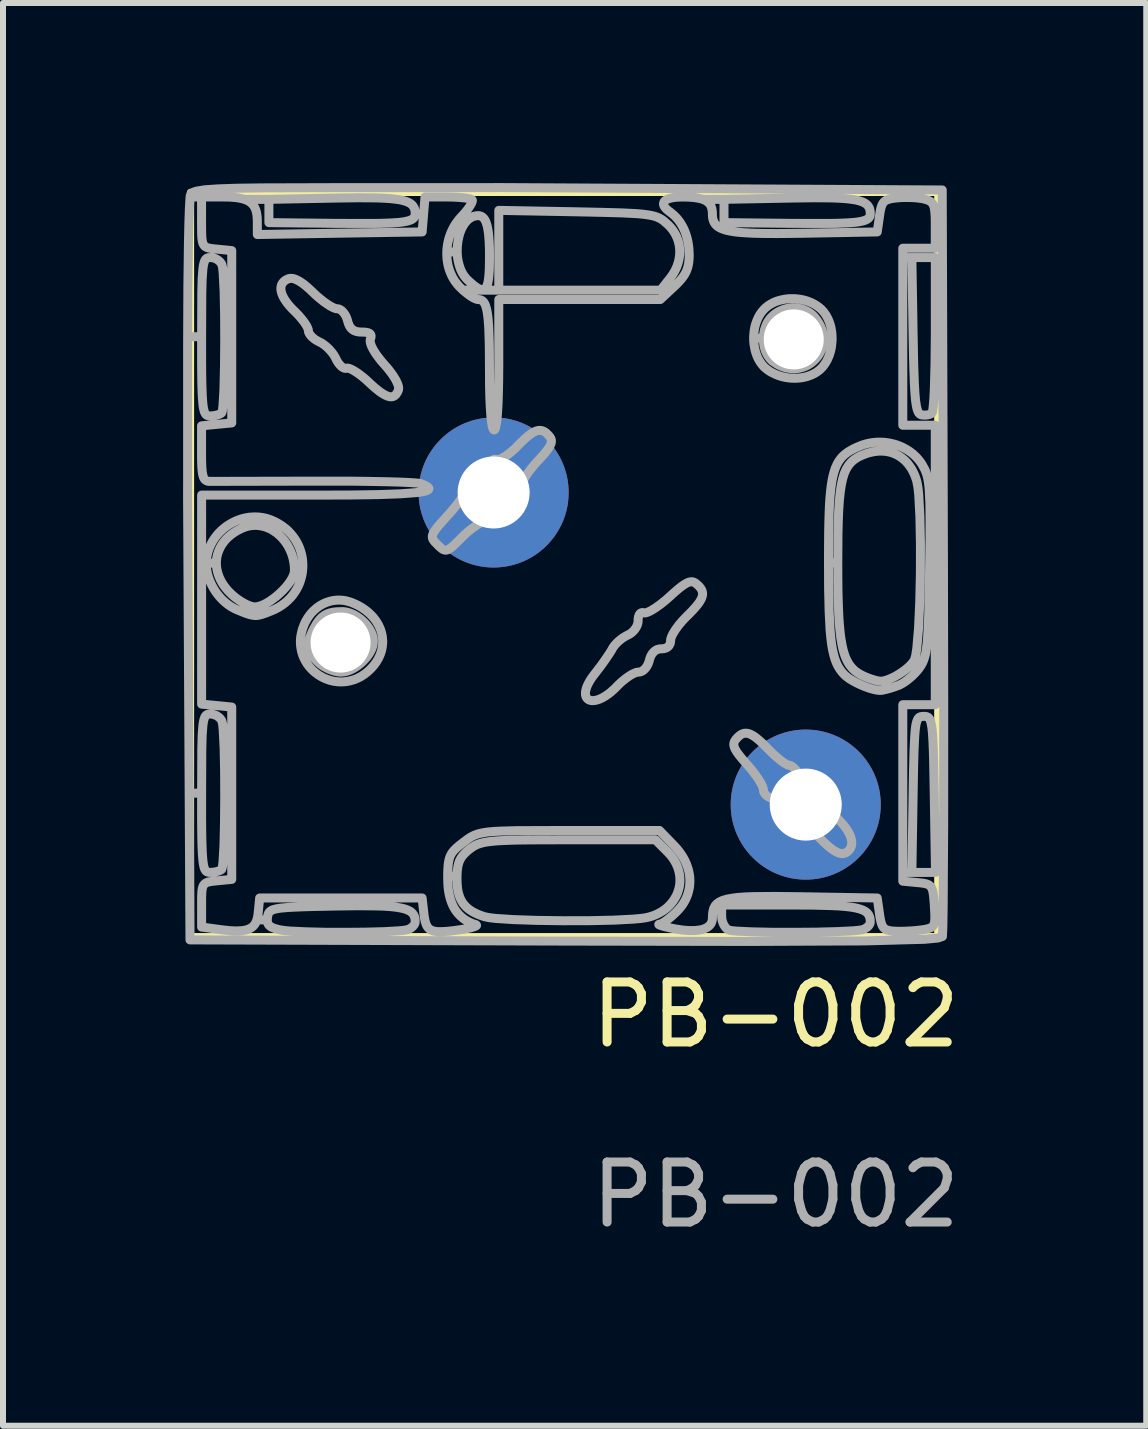
<source format=kicad_pcb>
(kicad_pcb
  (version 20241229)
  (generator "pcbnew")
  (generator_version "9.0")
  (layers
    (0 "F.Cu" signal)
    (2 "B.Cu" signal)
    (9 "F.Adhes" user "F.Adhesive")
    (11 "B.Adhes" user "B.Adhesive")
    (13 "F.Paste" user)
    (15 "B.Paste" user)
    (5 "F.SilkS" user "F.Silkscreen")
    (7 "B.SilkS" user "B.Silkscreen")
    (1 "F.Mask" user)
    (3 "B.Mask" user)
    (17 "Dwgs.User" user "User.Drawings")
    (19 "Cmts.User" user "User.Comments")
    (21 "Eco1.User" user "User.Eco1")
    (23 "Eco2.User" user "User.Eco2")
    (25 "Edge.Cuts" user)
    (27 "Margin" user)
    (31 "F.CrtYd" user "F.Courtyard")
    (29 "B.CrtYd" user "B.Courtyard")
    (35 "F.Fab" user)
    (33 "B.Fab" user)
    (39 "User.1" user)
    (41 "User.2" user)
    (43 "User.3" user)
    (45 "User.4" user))
  (footprint "PB-002"
    (layer "F.Cu")
    (at 6.374 6.355)
    (property "Reference" "PB-002" (at 3.5 7.5 0) (unlocked yes) (layer "F.SilkS") (effects (font (size 1 1) (thickness 0.15))))
    (attr through_hole)
    (fp_rect (start 6.2 -6.2) (end -6.25 6.2) (stroke (width 0.12) (type solid)) (fill no) (layer "F.SilkS"))
    (fp_poly (pts (xy -5.228 -0.791) (xy -5.275 -0.787) (xy -5.322 -0.779) (xy -5.368 -0.769) (xy -5.414 -0.756) (xy -5.459 -0.74) (xy -5.503 -0.722) (xy -5.545 -0.701) (xy -5.587 -0.678) (xy -5.627 -0.653) (xy -5.666 -0.626) (xy -5.703 -0.596) (xy -5.739 -0.564) (xy -5.773 -0.531) (xy -5.804 -0.496) (xy -5.834 -0.458) (xy -5.861 -0.42) (xy -5.887 -0.379) (xy -5.909 -0.337) (xy -5.929 -0.294) (xy -5.947 -0.249) (xy -5.961 -0.203) (xy -5.972 -0.156) (xy -5.981 -0.108) (xy -5.986 -0.058) (xy -5.988 -0.008) (xy -5.987 0.02) (xy -5.985 0.049) (xy -5.978 0.106) (xy -5.965 0.163) (xy -5.948 0.221) (xy -5.927 0.277) (xy -5.901 0.333) (xy -5.872 0.388) (xy -5.84 0.44) (xy -5.804 0.491) (xy -5.765 0.539) (xy -5.723 0.584) (xy -5.679 0.625) (xy -5.632 0.663) (xy -5.584 0.697) (xy -5.534 0.726) (xy -5.508 0.739) (xy -5.483 0.751) (xy -5.382 0.792) (xy -5.34 0.809) (xy -5.302 0.822) (xy -5.267 0.833) (xy -5.236 0.841) (xy -5.206 0.846) (xy -5.192 0.848) (xy -5.178 0.849) (xy -5.165 0.849) (xy -5.151 0.849) (xy -5.137 0.848) (xy -5.123 0.846) (xy -5.094 0.84) (xy -5.063 0.832) (xy -5.03 0.821) (xy -4.993 0.808) (xy -4.907 0.774) (xy -4.907 0.774) (xy -4.843 0.746) (xy -4.784 0.715) (xy -4.728 0.679) (xy -4.677 0.641) (xy -4.63 0.6) (xy -4.586 0.556) (xy -4.547 0.51) (xy -4.512 0.461) (xy -4.481 0.411) (xy -4.454 0.359) (xy -4.431 0.305) (xy -4.413 0.25) (xy -4.398 0.194) (xy -4.387 0.138) (xy -4.383 0.098) (xy -4.518 0.098) (xy -4.519 0.118) (xy -4.523 0.139) (xy -4.529 0.161) (xy -4.537 0.184) (xy -4.547 0.207) (xy -4.56 0.231) (xy -4.574 0.256) (xy -4.589 0.281) (xy -4.625 0.331) (xy -4.667 0.382) (xy -4.713 0.432) (xy -4.763 0.48) (xy -4.815 0.526) (xy -4.87 0.568) (xy -4.924 0.607) (xy -4.979 0.64) (xy -5.006 0.655) (xy -5.033 0.668) (xy -5.059 0.679) (xy -5.085 0.688) (xy -5.109 0.696) (xy -5.133 0.701) (xy -5.156 0.705) (xy -5.178 0.706) (xy -5.187 0.706) (xy -5.197 0.705) (xy -5.219 0.701) (xy -5.242 0.695) (xy -5.266 0.687) (xy -5.292 0.677) (xy -5.319 0.665) (xy -5.346 0.651) (xy -5.374 0.636) (xy -5.403 0.619) (xy -5.432 0.6) (xy -5.46 0.581) (xy -5.489 0.56) (xy -5.517 0.538) (xy -5.544 0.515) (xy -5.57 0.491) (xy -5.595 0.467) (xy -5.595 0.467) (xy -5.629 0.432) (xy -5.659 0.396) (xy -5.687 0.359) (xy -5.713 0.322) (xy -5.735 0.284) (xy -5.755 0.246) (xy -5.772 0.208) (xy -5.786 0.17) (xy -5.798 0.131) (xy -5.807 0.093) (xy -5.814 0.054) (xy -5.818 0.016) (xy -5.819 -0.023) (xy -5.818 -0.061) (xy -5.814 -0.099) (xy -5.808 -0.136) (xy -5.799 -0.173) (xy -5.787 -0.209) (xy -5.773 -0.244) (xy -5.757 -0.279) (xy -5.738 -0.313) (xy -5.717 -0.346) (xy -5.693 -0.379) (xy -5.667 -0.41) (xy -5.639 -0.44) (xy -5.608 -0.468) (xy -5.575 -0.496) (xy -5.539 -0.522) (xy -5.501 -0.547) (xy -5.461 -0.57) (xy -5.418 -0.592) (xy -5.373 -0.612) (xy -5.335 -0.626) (xy -5.297 -0.637) (xy -5.259 -0.645) (xy -5.221 -0.65) (xy -5.182 -0.652) (xy -5.144 -0.652) (xy -5.107 -0.648) (xy -5.069 -0.642) (xy -5.032 -0.634) (xy -4.996 -0.623) (xy -4.96 -0.609) (xy -4.925 -0.594) (xy -4.891 -0.576) (xy -4.858 -0.555) (xy -4.825 -0.533) (xy -4.794 -0.509) (xy -4.764 -0.482) (xy -4.735 -0.454) (xy -4.708 -0.424) (xy -4.682 -0.392) (xy -4.658 -0.359) (xy -4.635 -0.324) (xy -4.614 -0.287) (xy -4.595 -0.249) (xy -4.578 -0.21) (xy -4.562 -0.169) (xy -4.549 -0.127) (xy -4.538 -0.084) (xy -4.53 -0.04) (xy -4.523 0.005) (xy -4.519 0.051) (xy -4.518 0.098) (xy -4.383 0.098) (xy -4.381 0.08) (xy -4.378 0.023) (xy -4.38 -0.034) (xy -4.385 -0.092) (xy -4.395 -0.148) (xy -4.409 -0.204) (xy -4.427 -0.26) (xy -4.449 -0.314) (xy -4.475 -0.366) (xy -4.505 -0.417) (xy -4.54 -0.466) (xy -4.578 -0.513) (xy -4.62 -0.558) (xy -4.667 -0.6) (xy -4.718 -0.639) (xy -4.773 -0.675) (xy -4.832 -0.708) (xy -4.895 -0.737) (xy -4.941 -0.755) (xy -4.989 -0.769) (xy -5.036 -0.78) (xy -5.084 -0.787) (xy -5.132 -0.792) (xy -5.18 -0.793)) (stroke (width 0.15) (type solid)) (fill no) (layer "F.Fab"))
    (fp_poly (pts (xy 3.737 -4.429) (xy 3.701 -4.426) (xy 3.665 -4.422) (xy 3.63 -4.416) (xy 3.595 -4.409) (xy 3.561 -4.4) (xy 3.527 -4.39) (xy 3.494 -4.378) (xy 3.463 -4.364) (xy 3.432 -4.348) (xy 3.403 -4.331) (xy 3.374 -4.313) (xy 3.348 -4.292) (xy 3.322 -4.27) (xy 3.299 -4.246) (xy 3.277 -4.221) (xy 3.257 -4.195) (xy 3.238 -4.167) (xy 3.22 -4.138) (xy 3.205 -4.108) (xy 3.191 -4.076) (xy 3.178 -4.044) (xy 3.167 -4.011) (xy 3.157 -3.978) (xy 3.149 -3.944) (xy 3.138 -3.874) (xy 3.132 -3.803) (xy 3.132 -3.733) (xy 3.139 -3.662) (xy 3.151 -3.593) (xy 3.159 -3.56) (xy 3.169 -3.527) (xy 3.18 -3.495) (xy 3.192 -3.463) (xy 3.206 -3.433) (xy 3.222 -3.404) (xy 3.239 -3.376) (xy 3.257 -3.349) (xy 3.277 -3.324) (xy 3.298 -3.3) (xy 3.321 -3.278) (xy 3.345 -3.258) (xy 3.369 -3.24) (xy 3.393 -3.223) (xy 3.419 -3.207) (xy 3.445 -3.193) (xy 3.499 -3.167) (xy 3.555 -3.145) (xy 3.613 -3.128) (xy 3.672 -3.115) (xy 3.732 -3.107) (xy 3.791 -3.103) (xy 3.851 -3.104) (xy 3.91 -3.109) (xy 3.967 -3.118) (xy 4.023 -3.132) (xy 4.077 -3.151) (xy 4.103 -3.162) (xy 4.128 -3.174) (xy 4.153 -3.187) (xy 4.176 -3.201) (xy 4.199 -3.217) (xy 4.22 -3.234) (xy 4.22 -3.233) (xy 4.244 -3.254) (xy 4.265 -3.275) (xy 4.286 -3.298) (xy 4.305 -3.323) (xy 4.323 -3.349) (xy 4.34 -3.376) (xy 4.356 -3.404) (xy 4.37 -3.434) (xy 4.383 -3.464) (xy 4.395 -3.495) (xy 4.405 -3.527) (xy 4.414 -3.559) (xy 4.422 -3.592) (xy 4.428 -3.626) (xy 4.436 -3.694) (xy 4.44 -3.763) (xy 4.439 -3.778) (xy 4.294 -3.778) (xy 4.294 -3.732) (xy 4.29 -3.688) (xy 4.282 -3.644) (xy 4.27 -3.602) (xy 4.254 -3.561) (xy 4.235 -3.522) (xy 4.213 -3.485) (xy 4.187 -3.45) (xy 4.159 -3.418) (xy 4.128 -3.388) (xy 4.095 -3.36) (xy 4.059 -3.336) (xy 4.021 -3.314) (xy 3.981 -3.296) (xy 3.939 -3.282) (xy 3.896 -3.271) (xy 3.852 -3.264) (xy 3.806 -3.261) (xy 3.759 -3.263) (xy 3.711 -3.269) (xy 3.663 -3.279) (xy 3.614 -3.295) (xy 3.566 -3.315) (xy 3.517 -3.341) (xy 3.468 -3.373) (xy 3.468 -3.373) (xy 3.447 -3.388) (xy 3.428 -3.405) (xy 3.411 -3.423) (xy 3.394 -3.443) (xy 3.379 -3.464) (xy 3.365 -3.485) (xy 3.352 -3.508) (xy 3.341 -3.532) (xy 3.33 -3.556) (xy 3.321 -3.582) (xy 3.314 -3.607) (xy 3.307 -3.634) (xy 3.302 -3.661) (xy 3.298 -3.688) (xy 3.295 -3.716) (xy 3.294 -3.743) (xy 3.294 -3.771) (xy 3.295 -3.799) (xy 3.298 -3.827) (xy 3.302 -3.855) (xy 3.307 -3.882) (xy 3.313 -3.909) (xy 3.321 -3.936) (xy 3.33 -3.962) (xy 3.34 -3.988) (xy 3.351 -4.013) (xy 3.364 -4.037) (xy 3.378 -4.06) (xy 3.394 -4.082) (xy 3.41 -4.103) (xy 3.429 -4.123) (xy 3.448 -4.142) (xy 3.468 -4.16) (xy 3.489 -4.176) (xy 3.51 -4.191) (xy 3.532 -4.204) (xy 3.555 -4.217) (xy 3.578 -4.228) (xy 3.601 -4.238) (xy 3.625 -4.247) (xy 3.649 -4.255) (xy 3.673 -4.261) (xy 3.697 -4.267) (xy 3.722 -4.271) (xy 3.746 -4.274) (xy 3.771 -4.276) (xy 3.796 -4.276) (xy 3.82 -4.275) (xy 3.845 -4.274) (xy 3.869 -4.271) (xy 3.893 -4.267) (xy 3.917 -4.261) (xy 3.94 -4.255) (xy 3.963 -4.247) (xy 3.986 -4.238) (xy 4.008 -4.228) (xy 4.029 -4.217) (xy 4.051 -4.205) (xy 4.071 -4.191) (xy 4.091 -4.177) (xy 4.11 -4.161) (xy 4.128 -4.144) (xy 4.145 -4.126) (xy 4.161 -4.107) (xy 4.196 -4.06) (xy 4.225 -4.013) (xy 4.249 -3.966) (xy 4.267 -3.919) (xy 4.281 -3.871) (xy 4.29 -3.824) (xy 4.294 -3.778) (xy 4.439 -3.778) (xy 4.437 -3.831) (xy 4.434 -3.866) (xy 4.429 -3.9) (xy 4.423 -3.933) (xy 4.416 -3.966) (xy 4.407 -3.999) (xy 4.396 -4.031) (xy 4.384 -4.062) (xy 4.371 -4.092) (xy 4.356 -4.121) (xy 4.34 -4.15) (xy 4.322 -4.177) (xy 4.303 -4.203) (xy 4.282 -4.228) (xy 4.258 -4.253) (xy 4.233 -4.275) (xy 4.206 -4.296) (xy 4.178 -4.316) (xy 4.149 -4.334) (xy 4.119 -4.35) (xy 4.087 -4.365) (xy 4.054 -4.379) (xy 4.021 -4.391) (xy 3.987 -4.401) (xy 3.952 -4.41) (xy 3.917 -4.417) (xy 3.881 -4.422) (xy 3.845 -4.426) (xy 3.809 -4.429) (xy 3.773 -4.429)) (stroke (width 0.15) (type solid)) (fill no) (layer "F.Fab"))
    (fp_poly (pts (xy -3.8 0.593) (xy -3.83 0.595) (xy -3.859 0.599) (xy -3.888 0.603) (xy -3.917 0.61) (xy -3.945 0.618) (xy -3.973 0.627) (xy -4 0.637) (xy -4.027 0.649) (xy -4.054 0.663) (xy -4.08 0.677) (xy -4.105 0.693) (xy -4.13 0.71) (xy -4.154 0.729) (xy -4.177 0.749) (xy -4.2 0.77) (xy -4.222 0.792) (xy -4.243 0.815) (xy -4.263 0.84) (xy -4.282 0.866) (xy -4.3 0.893) (xy -4.317 0.921) (xy -4.333 0.95) (xy -4.348 0.98) (xy -4.361 1.011) (xy -4.385 1.076) (xy -4.402 1.141) (xy -4.414 1.204) (xy -4.419 1.266) (xy -4.418 1.326) (xy -4.412 1.385) (xy -4.401 1.442) (xy -4.386 1.497) (xy -4.365 1.55) (xy -4.34 1.6) (xy -4.312 1.648) (xy -4.279 1.693) (xy -4.243 1.735) (xy -4.204 1.774) (xy -4.161 1.809) (xy -4.116 1.842) (xy -4.069 1.87) (xy -4.02 1.895) (xy -3.968 1.916) (xy -3.915 1.933) (xy -3.861 1.945) (xy -3.805 1.953) (xy -3.749 1.956) (xy -3.692 1.954) (xy -3.635 1.947) (xy -3.579 1.935) (xy -3.522 1.918) (xy -3.466 1.895) (xy -3.41 1.866) (xy -3.356 1.831) (xy -3.303 1.79) (xy -3.252 1.743) (xy -3.219 1.708) (xy -3.189 1.672) (xy -3.162 1.635) (xy -3.138 1.598) (xy -3.117 1.56) (xy -3.098 1.521) (xy -3.083 1.482) (xy -3.07 1.443) (xy -3.061 1.404) (xy -3.054 1.364) (xy -3.05 1.324) (xy -3.048 1.285) (xy -3.048 1.278) (xy -3.203 1.278) (xy -3.204 1.299) (xy -3.206 1.321) (xy -3.211 1.343) (xy -3.216 1.365) (xy -3.224 1.387) (xy -3.232 1.409) (xy -3.243 1.431) (xy -3.254 1.454) (xy -3.267 1.476) (xy -3.28 1.497) (xy -3.295 1.519) (xy -3.311 1.54) (xy -3.346 1.581) (xy -3.384 1.62) (xy -3.425 1.656) (xy -3.468 1.689) (xy -3.513 1.718) (xy -3.536 1.732) (xy -3.559 1.744) (xy -3.582 1.755) (xy -3.605 1.764) (xy -3.629 1.773) (xy -3.652 1.779) (xy -3.675 1.785) (xy -3.698 1.789) (xy -3.721 1.791) (xy -3.743 1.792) (xy -3.765 1.792) (xy -3.788 1.789) (xy -3.811 1.785) (xy -3.836 1.78) (xy -3.861 1.773) (xy -3.886 1.765) (xy -3.912 1.756) (xy -3.937 1.746) (xy -3.962 1.735) (xy -3.987 1.722) (xy -4.011 1.709) (xy -4.035 1.696) (xy -4.057 1.681) (xy -4.078 1.666) (xy -4.098 1.65) (xy -4.117 1.634) (xy -4.117 1.634) (xy -4.15 1.601) (xy -4.18 1.569) (xy -4.194 1.553) (xy -4.206 1.537) (xy -4.217 1.521) (xy -4.228 1.506) (xy -4.237 1.49) (xy -4.246 1.474) (xy -4.253 1.458) (xy -4.26 1.442) (xy -4.266 1.427) (xy -4.27 1.41) (xy -4.274 1.394) (xy -4.277 1.378) (xy -4.279 1.361) (xy -4.28 1.344) (xy -4.28 1.327) (xy -4.279 1.31) (xy -4.277 1.292) (xy -4.274 1.274) (xy -4.271 1.256) (xy -4.266 1.237) (xy -4.261 1.218) (xy -4.254 1.198) (xy -4.247 1.178) (xy -4.239 1.157) (xy -4.22 1.115) (xy -4.197 1.069) (xy -4.175 1.029) (xy -4.154 0.993) (xy -4.132 0.96) (xy -4.121 0.945) (xy -4.11 0.931) (xy -4.099 0.917) (xy -4.087 0.905) (xy -4.076 0.893) (xy -4.064 0.881) (xy -4.052 0.871) (xy -4.039 0.861) (xy -4.027 0.852) (xy -4.014 0.844) (xy -4 0.836) (xy -3.986 0.829) (xy -3.972 0.822) (xy -3.957 0.816) (xy -3.941 0.811) (xy -3.925 0.806) (xy -3.909 0.802) (xy -3.892 0.798) (xy -3.874 0.795) (xy -3.855 0.792) (xy -3.816 0.788) (xy -3.774 0.786) (xy -3.728 0.785) (xy -3.705 0.785) (xy -3.682 0.788) (xy -3.659 0.791) (xy -3.636 0.796) (xy -3.613 0.803) (xy -3.59 0.81) (xy -3.567 0.819) (xy -3.544 0.829) (xy -3.522 0.84) (xy -3.499 0.853) (xy -3.456 0.88) (xy -3.414 0.911) (xy -3.375 0.945) (xy -3.338 0.982) (xy -3.305 1.021) (xy -3.276 1.062) (xy -3.263 1.083) (xy -3.251 1.105) (xy -3.24 1.126) (xy -3.231 1.148) (xy -3.222 1.169) (xy -3.216 1.191) (xy -3.21 1.213) (xy -3.206 1.235) (xy -3.204 1.257) (xy -3.203 1.278) (xy -3.048 1.278) (xy -3.05 1.245) (xy -3.054 1.206) (xy -3.06 1.167) (xy -3.07 1.129) (xy -3.082 1.09) (xy -3.097 1.053) (xy -3.114 1.016) (xy -3.134 0.98) (xy -3.156 0.944) (xy -3.181 0.91) (xy -3.208 0.876) (xy -3.238 0.844) (xy -3.27 0.813) (xy -3.305 0.783) (xy -3.342 0.754) (xy -3.381 0.727) (xy -3.423 0.701) (xy -3.467 0.677) (xy -3.514 0.655) (xy -3.562 0.634) (xy -3.592 0.624) (xy -3.622 0.615) (xy -3.652 0.607) (xy -3.681 0.601) (xy -3.711 0.597) (xy -3.741 0.594) (xy -3.771 0.593)) (stroke (width 0.15) (type solid)) (fill no) (layer "F.Fab"))
    (fp_poly (pts (xy 5.189 -2.038) (xy 5.152 -2.035) (xy 5.114 -2.031) (xy 5.077 -2.025) (xy 5.04 -2.018) (xy 5.003 -2.009) (xy 4.966 -1.998) (xy 4.929 -1.986) (xy 4.893 -1.971) (xy 4.851 -1.953) (xy 4.811 -1.935) (xy 4.774 -1.916) (xy 4.739 -1.896) (xy 4.705 -1.875) (xy 4.674 -1.853) (xy 4.645 -1.83) (xy 4.618 -1.805) (xy 4.593 -1.778) (xy 4.569 -1.748) (xy 4.547 -1.716) (xy 4.527 -1.682) (xy 4.509 -1.644) (xy 4.492 -1.604) (xy 4.477 -1.559) (xy 4.463 -1.512) (xy 4.45 -1.46) (xy 4.439 -1.404) (xy 4.429 -1.343) (xy 4.42 -1.278) (xy 4.412 -1.208) (xy 4.405 -1.133) (xy 4.399 -1.052) (xy 4.394 -0.966) (xy 4.387 -0.775) (xy 4.382 -0.558) (xy 4.38 -0.314) (xy 4.379 -0.04) (xy 4.381 0.414) (xy 4.39 0.784) (xy 4.405 1.081) (xy 4.416 1.205) (xy 4.429 1.315) (xy 4.445 1.412) (xy 4.464 1.497) (xy 4.485 1.572) (xy 4.51 1.638) (xy 4.538 1.696) (xy 4.57 1.748) (xy 4.605 1.794) (xy 4.644 1.837) (xy 4.67 1.86) (xy 4.699 1.883) (xy 4.733 1.907) (xy 4.771 1.93) (xy 4.811 1.953) (xy 4.853 1.975) (xy 4.897 1.996) (xy 4.941 2.016) (xy 4.986 2.034) (xy 5.031 2.051) (xy 5.074 2.065) (xy 5.116 2.077) (xy 5.156 2.087) (xy 5.192 2.093) (xy 5.225 2.097) (xy 5.254 2.097) (xy 5.265 2.096) (xy 5.277 2.094) (xy 5.305 2.088) (xy 5.339 2.08) (xy 5.376 2.07) (xy 5.416 2.059) (xy 5.457 2.046) (xy 5.499 2.031) (xy 5.539 2.016) (xy 5.539 2.016) (xy 5.56 2.008) (xy 5.581 1.997) (xy 5.604 1.985) (xy 5.627 1.971) (xy 5.65 1.956) (xy 5.674 1.939) (xy 5.698 1.921) (xy 5.721 1.902) (xy 5.745 1.882) (xy 5.768 1.862) (xy 5.791 1.841) (xy 5.812 1.819) (xy 5.833 1.797) (xy 5.853 1.775) (xy 5.871 1.753) (xy 5.888 1.732) (xy 5.912 1.696) (xy 5.924 1.678) (xy 5.934 1.659) (xy 5.945 1.64) (xy 5.954 1.619) (xy 5.963 1.598) (xy 5.971 1.575) (xy 5.979 1.551) (xy 5.986 1.525) (xy 5.993 1.496) (xy 6 1.466) (xy 6.006 1.433) (xy 6.011 1.397) (xy 6.016 1.359) (xy 6.021 1.317) (xy 6.029 1.224) (xy 6.036 1.115) (xy 6.042 0.989) (xy 6.048 0.845) (xy 6.052 0.68) (xy 6.056 0.493) (xy 6.064 0.046) (xy 6.069 -0.344) (xy 5.911 -0.344) (xy 5.91 0.149) (xy 5.899 0.636) (xy 5.879 1.069) (xy 5.85 1.4) (xy 5.833 1.513) (xy 5.814 1.581) (xy 5.808 1.595) (xy 5.799 1.609) (xy 5.79 1.623) (xy 5.779 1.637) (xy 5.753 1.667) (xy 5.723 1.697) (xy 5.69 1.727) (xy 5.653 1.757) (xy 5.613 1.786) (xy 5.572 1.814) (xy 5.53 1.84) (xy 5.487 1.865) (xy 5.444 1.886) (xy 5.401 1.905) (xy 5.361 1.921) (xy 5.322 1.933) (xy 5.303 1.938) (xy 5.286 1.941) (xy 5.269 1.943) (xy 5.253 1.944) (xy 5.242 1.944) (xy 5.23 1.943) (xy 5.217 1.941) (xy 5.202 1.938) (xy 5.185 1.935) (xy 5.168 1.931) (xy 5.149 1.926) (xy 5.13 1.92) (xy 5.111 1.914) (xy 5.09 1.908) (xy 5.07 1.901) (xy 5.049 1.893) (xy 5.028 1.885) (xy 5.007 1.877) (xy 4.987 1.868) (xy 4.967 1.859) (xy 4.967 1.859) (xy 4.933 1.843) (xy 4.902 1.826) (xy 4.872 1.808) (xy 4.844 1.789) (xy 4.817 1.768) (xy 4.792 1.745) (xy 4.768 1.72) (xy 4.746 1.693) (xy 4.725 1.665) (xy 4.705 1.633) (xy 4.687 1.599) (xy 4.67 1.563) (xy 4.654 1.523) (xy 4.64 1.48) (xy 4.626 1.434) (xy 4.614 1.384) (xy 4.603 1.331) (xy 4.593 1.274) (xy 4.583 1.213) (xy 4.575 1.148) (xy 4.568 1.078) (xy 4.561 1.004) (xy 4.555 0.925) (xy 4.55 0.841) (xy 4.543 0.658) (xy 4.537 0.453) (xy 4.535 0.225) (xy 4.534 -0.028) (xy 4.537 -0.515) (xy 4.542 -0.72) (xy 4.549 -0.902) (xy 4.56 -1.062) (xy 4.574 -1.201) (xy 4.592 -1.321) (xy 4.614 -1.425) (xy 4.641 -1.514) (xy 4.674 -1.589) (xy 4.712 -1.651) (xy 4.756 -1.704) (xy 4.807 -1.748) (xy 4.864 -1.785) (xy 4.929 -1.817) (xy 5.002 -1.845) (xy 5.039 -1.857) (xy 5.075 -1.867) (xy 5.112 -1.875) (xy 5.147 -1.882) (xy 5.183 -1.886) (xy 5.217 -1.889) (xy 5.252 -1.89) (xy 5.286 -1.889) (xy 5.319 -1.886) (xy 5.352 -1.882) (xy 5.384 -1.875) (xy 5.415 -1.868) (xy 5.446 -1.858) (xy 5.476 -1.847) (xy 5.505 -1.834) (xy 5.533 -1.819) (xy 5.561 -1.803) (xy 5.587 -1.785) (xy 5.613 -1.766) (xy 5.638 -1.745) (xy 5.662 -1.723) (xy 5.685 -1.699) (xy 5.707 -1.673) (xy 5.727 -1.646) (xy 5.747 -1.618) (xy 5.766 -1.588) (xy 5.783 -1.556) (xy 5.799 -1.523) (xy 5.815 -1.489) (xy 5.828 -1.453) (xy 5.841 -1.417) (xy 5.852 -1.378) (xy 5.869 -1.287) (xy 5.883 -1.156) (xy 5.902 -0.795) (xy 5.911 -0.344) (xy 6.069 -0.344) (xy 6.07 -0.402) (xy 6.071 -0.754) (xy 6.068 -1.025) (xy 6.058 -1.229) (xy 6.051 -1.311) (xy 6.042 -1.381) (xy 6.031 -1.442) (xy 6.017 -1.495) (xy 6.001 -1.542) (xy 5.983 -1.585) (xy 5.939 -1.665) (xy 5.919 -1.696) (xy 5.898 -1.725) (xy 5.875 -1.753) (xy 5.851 -1.78) (xy 5.825 -1.806) (xy 5.799 -1.83) (xy 5.771 -1.854) (xy 5.743 -1.875) (xy 5.713 -1.896) (xy 5.682 -1.915) (xy 5.651 -1.933) (xy 5.619 -1.95) (xy 5.585 -1.965) (xy 5.552 -1.979) (xy 5.517 -1.992) (xy 5.482 -2.003) (xy 5.447 -2.012) (xy 5.411 -2.02) (xy 5.375 -2.027) (xy 5.338 -2.032) (xy 5.301 -2.036) (xy 5.264 -2.038) (xy 5.226 -2.039)) (stroke (width 0.15) (type solid)) (fill no) (layer "F.Fab"))
    (fp_poly (pts (xy 2.09 0.288) (xy 2.08 0.289) (xy 2.069 0.291) (xy 2.058 0.293) (xy 2.047 0.297) (xy 2.036 0.301) (xy 2.023 0.307) (xy 2.011 0.313) (xy 1.998 0.321) (xy 1.984 0.329) (xy 1.969 0.338) (xy 1.954 0.349) (xy 1.938 0.36) (xy 1.922 0.372) (xy 1.904 0.386) (xy 1.867 0.416) (xy 1.827 0.451) (xy 1.782 0.49) (xy 1.734 0.534) (xy 1.699 0.565) (xy 1.665 0.595) (xy 1.63 0.623) (xy 1.597 0.65) (xy 1.563 0.675) (xy 1.531 0.698) (xy 1.5 0.72) (xy 1.47 0.739) (xy 1.441 0.757) (xy 1.415 0.772) (xy 1.39 0.784) (xy 1.367 0.794) (xy 1.347 0.801) (xy 1.33 0.806) (xy 1.315 0.807) (xy 1.309 0.806) (xy 1.304 0.805) (xy 1.298 0.803) (xy 1.293 0.802) (xy 1.288 0.801) (xy 1.283 0.801) (xy 1.278 0.801) (xy 1.273 0.801) (xy 1.269 0.802) (xy 1.264 0.803) (xy 1.26 0.804) (xy 1.256 0.806) (xy 1.252 0.809) (xy 1.248 0.811) (xy 1.244 0.814) (xy 1.24 0.818) (xy 1.237 0.821) (xy 1.234 0.825) (xy 1.231 0.83) (xy 1.228 0.835) (xy 1.225 0.84) (xy 1.222 0.845) (xy 1.22 0.851) (xy 1.218 0.857) (xy 1.216 0.863) (xy 1.214 0.87) (xy 1.212 0.877) (xy 1.211 0.884) (xy 1.21 0.892) (xy 1.209 0.9) (xy 1.208 0.908) (xy 1.207 0.916) (xy 1.207 0.925) (xy 1.207 0.934) (xy 1.207 0.943) (xy 1.206 0.952) (xy 1.205 0.961) (xy 1.204 0.97) (xy 1.199 0.988) (xy 1.194 1.006) (xy 1.187 1.023) (xy 1.178 1.041) (xy 1.168 1.058) (xy 1.157 1.074) (xy 1.145 1.09) (xy 1.131 1.106) (xy 1.116 1.12) (xy 1.101 1.134) (xy 1.084 1.147) (xy 1.067 1.158) (xy 1.049 1.169) (xy 1.03 1.178) (xy 1.011 1.187) (xy 0.993 1.198) (xy 0.974 1.209) (xy 0.955 1.221) (xy 0.936 1.234) (xy 0.918 1.248) (xy 0.9 1.263) (xy 0.883 1.278) (xy 0.866 1.293) (xy 0.85 1.309) (xy 0.835 1.325) (xy 0.821 1.34) (xy 0.808 1.356) (xy 0.797 1.372) (xy 0.787 1.387) (xy 0.778 1.402) (xy 0.77 1.418) (xy 0.759 1.436) (xy 0.732 1.479) (xy 0.699 1.529) (xy 0.661 1.584) (xy 0.62 1.642) (xy 0.576 1.702) (xy 0.53 1.762) (xy 0.485 1.821) (xy 0.453 1.862) (xy 0.425 1.902) (xy 0.401 1.94) (xy 0.381 1.977) (xy 0.364 2.011) (xy 0.35 2.044) (xy 0.341 2.075) (xy 0.334 2.104) (xy 0.33 2.13) (xy 0.33 2.155) (xy 0.332 2.177) (xy 0.337 2.197) (xy 0.345 2.214) (xy 0.356 2.23) (xy 0.369 2.243) (xy 0.384 2.253) (xy 0.401 2.26) (xy 0.421 2.266) (xy 0.443 2.268) (xy 0.466 2.267) (xy 0.492 2.264) (xy 0.519 2.258) (xy 0.548 2.249) (xy 0.578 2.237) (xy 0.609 2.222) (xy 0.642 2.204) (xy 0.676 2.182) (xy 0.711 2.158) (xy 0.747 2.13) (xy 0.783 2.098) (xy 0.821 2.064) (xy 0.859 2.025) (xy 0.859 2.025) (xy 0.882 2.002) (xy 0.906 1.979) (xy 0.931 1.956) (xy 0.956 1.935) (xy 0.981 1.915) (xy 1.006 1.895) (xy 1.03 1.878) (xy 1.055 1.861) (xy 1.078 1.846) (xy 1.101 1.832) (xy 1.123 1.821) (xy 1.144 1.811) (xy 1.164 1.803) (xy 1.182 1.797) (xy 1.198 1.794) (xy 1.213 1.793) (xy 1.22 1.792) (xy 1.227 1.792) (xy 1.234 1.79) (xy 1.241 1.789) (xy 1.249 1.787) (xy 1.256 1.784) (xy 1.263 1.781) (xy 1.269 1.778) (xy 1.276 1.774) (xy 1.283 1.77) (xy 1.29 1.766) (xy 1.296 1.761) (xy 1.303 1.755) (xy 1.309 1.75) (xy 1.315 1.744) (xy 1.321 1.738) (xy 1.327 1.731) (xy 1.333 1.724) (xy 1.339 1.717) (xy 1.344 1.709) (xy 1.349 1.701) (xy 1.355 1.693) (xy 1.359 1.685) (xy 1.364 1.676) (xy 1.373 1.658) (xy 1.377 1.649) (xy 1.381 1.639) (xy 1.384 1.629) (xy 1.388 1.619) (xy 1.391 1.609) (xy 1.393 1.599) (xy 1.4 1.576) (xy 1.407 1.554) (xy 1.415 1.534) (xy 1.424 1.515) (xy 1.434 1.498) (xy 1.445 1.482) (xy 1.457 1.468) (xy 1.463 1.461) (xy 1.469 1.455) (xy 1.475 1.449) (xy 1.482 1.443) (xy 1.489 1.438) (xy 1.496 1.433) (xy 1.503 1.428) (xy 1.511 1.424) (xy 1.519 1.421) (xy 1.526 1.417) (xy 1.534 1.414) (xy 1.543 1.412) (xy 1.551 1.41) (xy 1.559 1.408) (xy 1.568 1.406) (xy 1.577 1.405) (xy 1.586 1.405) (xy 1.595 1.405) (xy 1.604 1.404) (xy 1.613 1.404) (xy 1.621 1.403) (xy 1.629 1.402) (xy 1.637 1.401) (xy 1.645 1.399) (xy 1.653 1.397) (xy 1.66 1.395) (xy 1.667 1.393) (xy 1.673 1.39) (xy 1.68 1.387) (xy 1.686 1.383) (xy 1.692 1.38) (xy 1.697 1.376) (xy 1.703 1.372) (xy 1.708 1.368) (xy 1.713 1.363) (xy 1.717 1.358) (xy 1.721 1.353) (xy 1.725 1.347) (xy 1.729 1.342) (xy 1.732 1.336) (xy 1.735 1.33) (xy 1.738 1.324) (xy 1.74 1.317) (xy 1.743 1.31) (xy 1.744 1.303) (xy 1.746 1.296) (xy 1.747 1.288) (xy 1.748 1.281) (xy 1.748 1.273) (xy 1.748 1.265) (xy 1.749 1.257) (xy 1.75 1.249) (xy 1.752 1.24) (xy 1.754 1.231) (xy 1.761 1.211) (xy 1.77 1.189) (xy 1.781 1.166) (xy 1.795 1.141) (xy 1.811 1.115) (xy 1.828 1.088) (xy 1.847 1.061) (xy 1.868 1.032) (xy 1.89 1.003) (xy 1.914 0.975) (xy 1.939 0.946) (xy 1.965 0.917) (xy 1.992 0.889) (xy 2.019 0.861) (xy 2.072 0.809) (xy 2.118 0.761) (xy 2.158 0.717) (xy 2.193 0.675) (xy 2.222 0.637) (xy 2.234 0.619) (xy 2.244 0.601) (xy 2.254 0.584) (xy 2.262 0.568) (xy 2.268 0.552) (xy 2.273 0.537) (xy 2.277 0.521) (xy 2.28 0.507) (xy 2.281 0.493) (xy 2.281 0.479) (xy 2.279 0.465) (xy 2.276 0.451) (xy 2.272 0.438) (xy 2.267 0.425) (xy 2.26 0.412) (xy 2.252 0.399) (xy 2.243 0.387) (xy 2.232 0.374) (xy 2.221 0.361) (xy 2.208 0.348) (xy 2.178 0.322) (xy 2.17 0.315) (xy 2.162 0.309) (xy 2.153 0.304) (xy 2.144 0.299) (xy 2.136 0.295) (xy 2.127 0.292) (xy 2.118 0.29) (xy 2.109 0.288) (xy 2.099 0.288)) (stroke (width 0.15) (type solid)) (fill no) (layer "F.Fab"))
    (fp_poly (pts (xy -4.595 -4.766) (xy -4.604 -4.765) (xy -4.613 -4.763) (xy -4.621 -4.76) (xy -4.639 -4.752) (xy -4.655 -4.744) (xy -4.67 -4.735) (xy -4.683 -4.725) (xy -4.696 -4.715) (xy -4.706 -4.703) (xy -4.716 -4.691) (xy -4.724 -4.679) (xy -4.731 -4.665) (xy -4.736 -4.652) (xy -4.74 -4.637) (xy -4.743 -4.622) (xy -4.744 -4.606) (xy -4.744 -4.59) (xy -4.743 -4.573) (xy -4.74 -4.556) (xy -4.736 -4.538) (xy -4.731 -4.519) (xy -4.724 -4.501) (xy -4.716 -4.481) (xy -4.707 -4.462) (xy -4.696 -4.442) (xy -4.684 -4.421) (xy -4.671 -4.4) (xy -4.656 -4.379) (xy -4.64 -4.357) (xy -4.623 -4.335) (xy -4.605 -4.313) (xy -4.585 -4.291) (xy -4.564 -4.268) (xy -4.542 -4.245) (xy -4.518 -4.222) (xy -4.495 -4.199) (xy -4.472 -4.175) (xy -4.449 -4.151) (xy -4.428 -4.127) (xy -4.408 -4.103) (xy -4.389 -4.08) (xy -4.371 -4.057) (xy -4.354 -4.034) (xy -4.339 -4.012) (xy -4.326 -3.992) (xy -4.314 -3.972) (xy -4.304 -3.953) (xy -4.297 -3.936) (xy -4.291 -3.921) (xy -4.287 -3.907) (xy -4.286 -3.901) (xy -4.286 -3.895) (xy -4.286 -3.89) (xy -4.285 -3.885) (xy -4.284 -3.879) (xy -4.282 -3.873) (xy -4.28 -3.867) (xy -4.278 -3.861) (xy -4.275 -3.855) (xy -4.272 -3.849) (xy -4.268 -3.842) (xy -4.264 -3.836) (xy -4.254 -3.823) (xy -4.244 -3.81) (xy -4.232 -3.798) (xy -4.219 -3.785) (xy -4.204 -3.772) (xy -4.189 -3.76) (xy -4.173 -3.748) (xy -4.156 -3.737) (xy -4.138 -3.727) (xy -4.12 -3.717) (xy -4.101 -3.707) (xy -4.082 -3.698) (xy -4.062 -3.687) (xy -4.043 -3.674) (xy -4.023 -3.66) (xy -4.003 -3.644) (xy -3.983 -3.627) (xy -3.964 -3.61) (xy -3.945 -3.591) (xy -3.927 -3.572) (xy -3.91 -3.553) (xy -3.893 -3.533) (xy -3.878 -3.512) (xy -3.863 -3.492) (xy -3.851 -3.472) (xy -3.839 -3.451) (xy -3.829 -3.431) (xy -3.82 -3.412) (xy -3.81 -3.394) (xy -3.799 -3.376) (xy -3.788 -3.359) (xy -3.777 -3.344) (xy -3.765 -3.33) (xy -3.753 -3.317) (xy -3.741 -3.305) (xy -3.729 -3.295) (xy -3.717 -3.286) (xy -3.705 -3.279) (xy -3.699 -3.276) (xy -3.693 -3.274) (xy -3.688 -3.272) (xy -3.682 -3.27) (xy -3.677 -3.269) (xy -3.671 -3.268) (xy -3.666 -3.268) (xy -3.661 -3.268) (xy -3.656 -3.269) (xy -3.651 -3.27) (xy -3.646 -3.272) (xy -3.64 -3.272) (xy -3.634 -3.272) (xy -3.627 -3.271) (xy -3.62 -3.27) (xy -3.612 -3.268) (xy -3.594 -3.262) (xy -3.575 -3.254) (xy -3.554 -3.243) (xy -3.531 -3.231) (xy -3.507 -3.216) (xy -3.482 -3.2) (xy -3.455 -3.182) (xy -3.428 -3.162) (xy -3.401 -3.141) (xy -3.373 -3.119) (xy -3.344 -3.095) (xy -3.316 -3.07) (xy -3.288 -3.044) (xy -3.234 -2.994) (xy -3.184 -2.949) (xy -3.137 -2.911) (xy -3.094 -2.877) (xy -3.054 -2.85) (xy -3.017 -2.828) (xy -2.999 -2.819) (xy -2.983 -2.812) (xy -2.967 -2.805) (xy -2.952 -2.801) (xy -2.937 -2.797) (xy -2.923 -2.795) (xy -2.91 -2.794) (xy -2.897 -2.795) (xy -2.885 -2.797) (xy -2.874 -2.8) (xy -2.863 -2.805) (xy -2.853 -2.811) (xy -2.843 -2.818) (xy -2.834 -2.826) (xy -2.825 -2.836) (xy -2.817 -2.847) (xy -2.809 -2.86) (xy -2.801 -2.873) (xy -2.794 -2.888) (xy -2.788 -2.905) (xy -2.787 -2.905) (xy -2.785 -2.912) (xy -2.784 -2.919) (xy -2.783 -2.927) (xy -2.783 -2.936) (xy -2.783 -2.945) (xy -2.784 -2.955) (xy -2.786 -2.965) (xy -2.789 -2.975) (xy -2.795 -2.998) (xy -2.805 -3.022) (xy -2.816 -3.047) (xy -2.83 -3.075) (xy -2.847 -3.103) (xy -2.865 -3.133) (xy -2.886 -3.164) (xy -2.909 -3.196) (xy -2.934 -3.228) (xy -2.96 -3.262) (xy -2.989 -3.296) (xy -3.02 -3.331) (xy -3.05 -3.365) (xy -3.079 -3.399) (xy -3.105 -3.433) (xy -3.13 -3.465) (xy -3.153 -3.497) (xy -3.174 -3.528) (xy -3.192 -3.558) (xy -3.209 -3.586) (xy -3.223 -3.614) (xy -3.235 -3.639) (xy -3.244 -3.663) (xy -3.251 -3.686) (xy -3.255 -3.707) (xy -3.257 -3.725) (xy -3.256 -3.742) (xy -3.255 -3.749) (xy -3.253 -3.756) (xy -3.25 -3.764) (xy -3.247 -3.771) (xy -3.245 -3.778) (xy -3.244 -3.785) (xy -3.243 -3.792) (xy -3.242 -3.798) (xy -3.242 -3.804) (xy -3.242 -3.81) (xy -3.243 -3.815) (xy -3.244 -3.821) (xy -3.246 -3.825) (xy -3.248 -3.83) (xy -3.251 -3.835) (xy -3.254 -3.839) (xy -3.257 -3.843) (xy -3.261 -3.846) (xy -3.266 -3.849) (xy -3.271 -3.853) (xy -3.277 -3.856) (xy -3.283 -3.858) (xy -3.289 -3.861) (xy -3.296 -3.863) (xy -3.304 -3.865) (xy -3.312 -3.866) (xy -3.321 -3.868) (xy -3.33 -3.869) (xy -3.34 -3.87) (xy -3.35 -3.871) (xy -3.373 -3.872) (xy -3.397 -3.873) (xy -3.422 -3.873) (xy -3.446 -3.875) (xy -3.467 -3.879) (xy -3.478 -3.881) (xy -3.488 -3.883) (xy -3.497 -3.886) (xy -3.506 -3.889) (xy -3.515 -3.893) (xy -3.524 -3.897) (xy -3.532 -3.901) (xy -3.54 -3.906) (xy -3.547 -3.911) (xy -3.555 -3.917) (xy -3.562 -3.923) (xy -3.568 -3.929) (xy -3.575 -3.936) (xy -3.581 -3.944) (xy -3.587 -3.951) (xy -3.592 -3.959) (xy -3.598 -3.968) (xy -3.603 -3.977) (xy -3.608 -3.987) (xy -3.612 -3.997) (xy -3.621 -4.018) (xy -3.628 -4.041) (xy -3.635 -4.067) (xy -3.641 -4.087) (xy -3.648 -4.106) (xy -3.655 -4.124) (xy -3.664 -4.142) (xy -3.673 -4.159) (xy -3.684 -4.175) (xy -3.695 -4.19) (xy -3.706 -4.204) (xy -3.718 -4.216) (xy -3.73 -4.228) (xy -3.743 -4.237) (xy -3.756 -4.246) (xy -3.762 -4.249) (xy -3.769 -4.252) (xy -3.775 -4.255) (xy -3.782 -4.257) (xy -3.788 -4.259) (xy -3.795 -4.26) (xy -3.801 -4.261) (xy -3.808 -4.261) (xy -3.814 -4.261) (xy -3.822 -4.262) (xy -3.83 -4.264) (xy -3.838 -4.267) (xy -3.857 -4.273) (xy -3.878 -4.283) (xy -3.9 -4.294) (xy -3.925 -4.308) (xy -3.95 -4.324) (xy -3.977 -4.342) (xy -4.005 -4.361) (xy -4.034 -4.382) (xy -4.063 -4.405) (xy -4.093 -4.429) (xy -4.123 -4.454) (xy -4.153 -4.48) (xy -4.182 -4.507) (xy -4.211 -4.535) (xy -4.246 -4.568) (xy -4.279 -4.599) (xy -4.312 -4.627) (xy -4.342 -4.653) (xy -4.372 -4.676) (xy -4.401 -4.696) (xy -4.428 -4.714) (xy -4.454 -4.729) (xy -4.479 -4.742) (xy -4.503 -4.752) (xy -4.525 -4.76) (xy -4.547 -4.765) (xy -4.567 -4.767) (xy -4.586 -4.767)) (stroke (width 0.15) (type solid)) (fill no) (layer "F.Fab"))
    (fp_poly (pts (xy -0.451 -2.233) (xy -0.466 -2.231) (xy -0.481 -2.227) (xy -0.496 -2.222) (xy -0.512 -2.215) (xy -0.528 -2.207) (xy -0.545 -2.198) (xy -0.562 -2.188) (xy -0.58 -2.176) (xy -0.598 -2.162) (xy -0.617 -2.148) (xy -0.637 -2.131) (xy -0.658 -2.114) (xy -0.679 -2.095) (xy -0.701 -2.074) (xy -0.748 -2.029) (xy -0.799 -1.978) (xy -0.825 -1.951) (xy -0.852 -1.925) (xy -0.879 -1.901) (xy -0.906 -1.877) (xy -0.933 -1.856) (xy -0.959 -1.836) (xy -0.984 -1.817) (xy -1.009 -1.801) (xy -1.032 -1.787) (xy -1.054 -1.774) (xy -1.075 -1.764) (xy -1.095 -1.756) (xy -1.112 -1.75) (xy -1.128 -1.747) (xy -1.135 -1.747) (xy -1.141 -1.747) (xy -1.147 -1.748) (xy -1.153 -1.749) (xy -1.158 -1.751) (xy -1.163 -1.752) (xy -1.168 -1.753) (xy -1.174 -1.753) (xy -1.179 -1.753) (xy -1.185 -1.753) (xy -1.19 -1.751) (xy -1.195 -1.75) (xy -1.201 -1.748) (xy -1.206 -1.745) (xy -1.211 -1.742) (xy -1.216 -1.738) (xy -1.221 -1.734) (xy -1.226 -1.73) (xy -1.231 -1.725) (xy -1.236 -1.72) (xy -1.241 -1.715) (xy -1.246 -1.709) (xy -1.251 -1.702) (xy -1.255 -1.696) (xy -1.26 -1.689) (xy -1.264 -1.681) (xy -1.268 -1.673) (xy -1.272 -1.665) (xy -1.276 -1.657) (xy -1.28 -1.648) (xy -1.284 -1.639) (xy -1.287 -1.629) (xy -1.29 -1.619) (xy -1.294 -1.609) (xy -1.297 -1.599) (xy -1.299 -1.588) (xy -1.306 -1.565) (xy -1.313 -1.542) (xy -1.322 -1.522) (xy -1.331 -1.503) (xy -1.341 -1.485) (xy -1.351 -1.468) (xy -1.363 -1.454) (xy -1.369 -1.447) (xy -1.376 -1.44) (xy -1.382 -1.434) (xy -1.389 -1.428) (xy -1.396 -1.423) (xy -1.403 -1.418) (xy -1.41 -1.414) (xy -1.418 -1.41) (xy -1.425 -1.406) (xy -1.433 -1.402) (xy -1.441 -1.399) (xy -1.449 -1.397) (xy -1.458 -1.395) (xy -1.466 -1.393) (xy -1.475 -1.391) (xy -1.484 -1.39) (xy -1.493 -1.39) (xy -1.502 -1.39) (xy -1.518 -1.389) (xy -1.533 -1.387) (xy -1.548 -1.384) (xy -1.562 -1.38) (xy -1.576 -1.375) (xy -1.588 -1.37) (xy -1.6 -1.363) (xy -1.611 -1.355) (xy -1.616 -1.351) (xy -1.621 -1.347) (xy -1.625 -1.342) (xy -1.63 -1.338) (xy -1.634 -1.333) (xy -1.637 -1.328) (xy -1.641 -1.323) (xy -1.644 -1.318) (xy -1.646 -1.312) (xy -1.649 -1.307) (xy -1.651 -1.301) (xy -1.653 -1.295) (xy -1.654 -1.29) (xy -1.655 -1.284) (xy -1.655 -1.278) (xy -1.656 -1.271) (xy -1.656 -1.265) (xy -1.657 -1.258) (xy -1.662 -1.241) (xy -1.67 -1.221) (xy -1.68 -1.199) (xy -1.693 -1.174) (xy -1.709 -1.147) (xy -1.727 -1.119) (xy -1.747 -1.088) (xy -1.769 -1.056) (xy -1.793 -1.023) (xy -1.819 -0.99) (xy -1.846 -0.955) (xy -1.875 -0.92) (xy -1.905 -0.884) (xy -1.936 -0.849) (xy -1.968 -0.814) (xy -2.062 -0.709) (xy -2.101 -0.665) (xy -2.134 -0.626) (xy -2.161 -0.591) (xy -2.183 -0.56) (xy -2.2 -0.533) (xy -2.206 -0.52) (xy -2.211 -0.508) (xy -2.216 -0.496) (xy -2.219 -0.485) (xy -2.221 -0.475) (xy -2.221 -0.465) (xy -2.221 -0.455) (xy -2.22 -0.445) (xy -2.218 -0.436) (xy -2.214 -0.427) (xy -2.21 -0.418) (xy -2.205 -0.408) (xy -2.192 -0.39) (xy -2.175 -0.37) (xy -2.155 -0.35) (xy -2.127 -0.321) (xy -2.101 -0.296) (xy -2.089 -0.286) (xy -2.078 -0.276) (xy -2.067 -0.267) (xy -2.057 -0.26) (xy -2.046 -0.253) (xy -2.037 -0.248) (xy -2.027 -0.244) (xy -2.017 -0.241) (xy -2.007 -0.24) (xy -1.997 -0.239) (xy -1.987 -0.24) (xy -1.977 -0.242) (xy -1.966 -0.246) (xy -1.955 -0.251) (xy -1.944 -0.257) (xy -1.931 -0.265) (xy -1.918 -0.274) (xy -1.905 -0.284) (xy -1.89 -0.296) (xy -1.875 -0.309) (xy -1.858 -0.324) (xy -1.841 -0.341) (xy -1.802 -0.378) (xy -1.758 -0.422) (xy -1.708 -0.472) (xy -1.682 -0.498) (xy -1.655 -0.522) (xy -1.628 -0.546) (xy -1.6 -0.569) (xy -1.572 -0.591) (xy -1.544 -0.612) (xy -1.516 -0.632) (xy -1.489 -0.65) (xy -1.462 -0.667) (xy -1.436 -0.682) (xy -1.411 -0.695) (xy -1.387 -0.707) (xy -1.364 -0.716) (xy -1.344 -0.723) (xy -1.324 -0.728) (xy -1.307 -0.731) (xy -1.298 -0.731) (xy -1.29 -0.733) (xy -1.281 -0.734) (xy -1.273 -0.736) (xy -1.264 -0.738) (xy -1.256 -0.741) (xy -1.249 -0.744) (xy -1.241 -0.747) (xy -1.233 -0.751) (xy -1.226 -0.755) (xy -1.219 -0.759) (xy -1.212 -0.764) (xy -1.206 -0.769) (xy -1.199 -0.774) (xy -1.193 -0.779) (xy -1.187 -0.785) (xy -1.182 -0.791) (xy -1.176 -0.798) (xy -1.171 -0.804) (xy -1.166 -0.811) (xy -1.161 -0.818) (xy -1.157 -0.826) (xy -1.153 -0.834) (xy -1.149 -0.842) (xy -1.145 -0.85) (xy -1.142 -0.859) (xy -1.139 -0.867) (xy -1.136 -0.876) (xy -1.133 -0.886) (xy -1.131 -0.895) (xy -1.129 -0.905) (xy -1.127 -0.915) (xy -1.126 -0.924) (xy -1.124 -0.933) (xy -1.119 -0.951) (xy -1.112 -0.97) (xy -1.103 -0.988) (xy -1.093 -1.006) (xy -1.082 -1.024) (xy -1.069 -1.041) (xy -1.055 -1.058) (xy -1.04 -1.074) (xy -1.024 -1.09) (xy -1.008 -1.104) (xy -0.99 -1.118) (xy -0.972 -1.13) (xy -0.953 -1.141) (xy -0.934 -1.151) (xy -0.915 -1.159) (xy -0.896 -1.167) (xy -0.877 -1.176) (xy -0.859 -1.185) (xy -0.842 -1.195) (xy -0.826 -1.206) (xy -0.81 -1.217) (xy -0.796 -1.229) (xy -0.782 -1.241) (xy -0.77 -1.253) (xy -0.759 -1.266) (xy -0.75 -1.278) (xy -0.742 -1.291) (xy -0.736 -1.303) (xy -0.733 -1.309) (xy -0.731 -1.315) (xy -0.729 -1.321) (xy -0.728 -1.327) (xy -0.727 -1.332) (xy -0.727 -1.338) (xy -0.727 -1.344) (xy -0.726 -1.35) (xy -0.724 -1.358) (xy -0.722 -1.365) (xy -0.715 -1.383) (xy -0.706 -1.403) (xy -0.694 -1.424) (xy -0.68 -1.448) (xy -0.665 -1.473) (xy -0.647 -1.499) (xy -0.627 -1.527) (xy -0.606 -1.556) (xy -0.584 -1.585) (xy -0.56 -1.615) (xy -0.535 -1.645) (xy -0.509 -1.676) (xy -0.482 -1.706) (xy -0.454 -1.736) (xy -0.415 -1.778) (xy -0.381 -1.816) (xy -0.35 -1.851) (xy -0.324 -1.884) (xy -0.301 -1.914) (xy -0.282 -1.941) (xy -0.266 -1.966) (xy -0.254 -1.99) (xy -0.245 -2.012) (xy -0.242 -2.022) (xy -0.24 -2.032) (xy -0.238 -2.042) (xy -0.238 -2.051) (xy -0.238 -2.06) (xy -0.238 -2.069) (xy -0.24 -2.078) (xy -0.242 -2.086) (xy -0.245 -2.095) (xy -0.249 -2.103) (xy -0.258 -2.119) (xy -0.27 -2.135) (xy -0.283 -2.15) (xy -0.295 -2.164) (xy -0.308 -2.176) (xy -0.32 -2.188) (xy -0.333 -2.198) (xy -0.346 -2.207) (xy -0.358 -2.215) (xy -0.371 -2.221) (xy -0.384 -2.226) (xy -0.397 -2.23) (xy -0.41 -2.233) (xy -0.424 -2.234) (xy -0.437 -2.234)) (stroke (width 0.15) (type solid)) (fill no) (layer "F.Fab"))
    (fp_poly (pts (xy 2.992 2.811) (xy 2.978 2.812) (xy 2.965 2.815) (xy 2.952 2.819) (xy 2.939 2.824) (xy 2.926 2.831) (xy 2.913 2.839) (xy 2.9 2.848) (xy 2.888 2.859) (xy 2.875 2.87) (xy 2.862 2.883) (xy 2.836 2.912) (xy 2.83 2.921) (xy 2.824 2.929) (xy 2.818 2.937) (xy 2.814 2.946) (xy 2.81 2.954) (xy 2.807 2.963) (xy 2.804 2.971) (xy 2.803 2.98) (xy 2.802 2.99) (xy 2.802 2.999) (xy 2.802 3.009) (xy 2.804 3.018) (xy 2.806 3.029) (xy 2.809 3.039) (xy 2.813 3.05) (xy 2.817 3.062) (xy 2.823 3.074) (xy 2.83 3.086) (xy 2.837 3.099) (xy 2.845 3.113) (xy 2.854 3.127) (xy 2.864 3.141) (xy 2.876 3.157) (xy 2.888 3.173) (xy 2.915 3.207) (xy 2.946 3.244) (xy 2.981 3.285) (xy 3.02 3.329) (xy 3.048 3.361) (xy 3.076 3.393) (xy 3.102 3.425) (xy 3.127 3.458) (xy 3.151 3.489) (xy 3.174 3.521) (xy 3.195 3.551) (xy 3.215 3.581) (xy 3.233 3.609) (xy 3.249 3.636) (xy 3.262 3.662) (xy 3.274 3.685) (xy 3.283 3.706) (xy 3.29 3.726) (xy 3.294 3.742) (xy 3.296 3.756) (xy 3.296 3.762) (xy 3.297 3.769) (xy 3.298 3.775) (xy 3.299 3.781) (xy 3.301 3.787) (xy 3.304 3.793) (xy 3.306 3.799) (xy 3.31 3.805) (xy 3.313 3.811) (xy 3.317 3.817) (xy 3.321 3.822) (xy 3.326 3.828) (xy 3.331 3.833) (xy 3.336 3.839) (xy 3.341 3.844) (xy 3.347 3.849) (xy 3.353 3.854) (xy 3.359 3.858) (xy 3.366 3.863) (xy 3.373 3.867) (xy 3.38 3.872) (xy 3.387 3.876) (xy 3.395 3.879) (xy 3.402 3.883) (xy 3.41 3.886) (xy 3.418 3.889) (xy 3.427 3.892) (xy 3.435 3.895) (xy 3.443 3.897) (xy 3.452 3.899) (xy 3.461 3.901) (xy 3.47 3.902) (xy 3.49 3.906) (xy 3.5 3.908) (xy 3.51 3.911) (xy 3.519 3.913) (xy 3.528 3.917) (xy 3.537 3.92) (xy 3.546 3.924) (xy 3.554 3.928) (xy 3.562 3.933) (xy 3.57 3.937) (xy 3.578 3.942) (xy 3.585 3.948) (xy 3.592 3.953) (xy 3.599 3.959) (xy 3.605 3.966) (xy 3.611 3.972) (xy 3.617 3.979) (xy 3.623 3.986) (xy 3.628 3.993) (xy 3.633 4.001) (xy 3.638 4.009) (xy 3.643 4.017) (xy 3.647 4.025) (xy 3.65 4.034) (xy 3.654 4.043) (xy 3.657 4.052) (xy 3.66 4.061) (xy 3.663 4.071) (xy 3.665 4.081) (xy 3.669 4.101) (xy 3.672 4.121) (xy 3.676 4.139) (xy 3.682 4.156) (xy 3.688 4.173) (xy 3.696 4.188) (xy 3.704 4.203) (xy 3.714 4.216) (xy 3.724 4.228) (xy 3.729 4.233) (xy 3.734 4.239) (xy 3.74 4.244) (xy 3.746 4.248) (xy 3.752 4.253) (xy 3.758 4.257) (xy 3.765 4.26) (xy 3.771 4.263) (xy 3.778 4.266) (xy 3.784 4.269) (xy 3.791 4.271) (xy 3.798 4.273) (xy 3.805 4.274) (xy 3.813 4.275) (xy 3.82 4.276) (xy 3.828 4.276) (xy 3.835 4.276) (xy 3.843 4.277) (xy 3.851 4.279) (xy 3.86 4.282) (xy 3.879 4.288) (xy 3.9 4.297) (xy 3.923 4.309) (xy 3.947 4.323) (xy 3.973 4.338) (xy 3.999 4.356) (xy 4.027 4.375) (xy 4.055 4.396) (xy 4.083 4.418) (xy 4.112 4.442) (xy 4.14 4.467) (xy 4.169 4.493) (xy 4.197 4.52) (xy 4.224 4.548) (xy 4.271 4.595) (xy 4.315 4.638) (xy 4.356 4.676) (xy 4.395 4.709) (xy 4.431 4.737) (xy 4.465 4.761) (xy 4.497 4.781) (xy 4.527 4.796) (xy 4.541 4.802) (xy 4.555 4.807) (xy 4.568 4.811) (xy 4.581 4.814) (xy 4.594 4.815) (xy 4.606 4.816) (xy 4.618 4.816) (xy 4.63 4.814) (xy 4.641 4.812) (xy 4.652 4.809) (xy 4.663 4.804) (xy 4.674 4.799) (xy 4.684 4.792) (xy 4.694 4.785) (xy 4.704 4.777) (xy 4.714 4.768) (xy 4.714 4.767) (xy 4.724 4.757) (xy 4.733 4.746) (xy 4.741 4.734) (xy 4.747 4.721) (xy 4.753 4.709) (xy 4.758 4.695) (xy 4.761 4.682) (xy 4.764 4.668) (xy 4.766 4.653) (xy 4.766 4.638) (xy 4.766 4.623) (xy 4.764 4.607) (xy 4.762 4.591) (xy 4.758 4.574) (xy 4.754 4.558) (xy 4.749 4.54) (xy 4.742 4.523) (xy 4.735 4.505) (xy 4.727 4.487) (xy 4.717 4.469) (xy 4.707 4.451) (xy 4.696 4.432) (xy 4.684 4.413) (xy 4.671 4.394) (xy 4.657 4.375) (xy 4.642 4.356) (xy 4.61 4.317) (xy 4.573 4.277) (xy 4.534 4.237) (xy 4.51 4.214) (xy 4.487 4.19) (xy 4.465 4.165) (xy 4.444 4.139) (xy 4.423 4.114) (xy 4.404 4.089) (xy 4.386 4.063) (xy 4.37 4.038) (xy 4.355 4.014) (xy 4.341 3.99) (xy 4.33 3.967) (xy 4.32 3.946) (xy 4.312 3.925) (xy 4.306 3.906) (xy 4.303 3.889) (xy 4.302 3.873) (xy 4.301 3.866) (xy 4.301 3.858) (xy 4.3 3.85) (xy 4.299 3.843) (xy 4.298 3.836) (xy 4.296 3.829) (xy 4.294 3.822) (xy 4.291 3.816) (xy 4.289 3.809) (xy 4.286 3.803) (xy 4.283 3.797) (xy 4.279 3.792) (xy 4.275 3.786) (xy 4.271 3.781) (xy 4.267 3.776) (xy 4.263 3.771) (xy 4.258 3.767) (xy 4.253 3.763) (xy 4.248 3.759) (xy 4.242 3.755) (xy 4.236 3.751) (xy 4.231 3.748) (xy 4.224 3.745) (xy 4.218 3.743) (xy 4.211 3.74) (xy 4.205 3.738) (xy 4.198 3.737) (xy 4.19 3.735) (xy 4.183 3.734) (xy 4.176 3.733) (xy 4.168 3.733) (xy 4.16 3.733) (xy 4.152 3.732) (xy 4.145 3.732) (xy 4.137 3.731) (xy 4.129 3.729) (xy 4.121 3.727) (xy 4.113 3.724) (xy 4.097 3.717) (xy 4.08 3.709) (xy 4.063 3.699) (xy 4.046 3.688) (xy 4.029 3.676) (xy 4.013 3.662) (xy 3.997 3.647) (xy 3.981 3.631) (xy 3.966 3.614) (xy 3.952 3.596) (xy 3.938 3.578) (xy 3.926 3.558) (xy 3.915 3.539) (xy 3.904 3.519) (xy 3.892 3.5) (xy 3.88 3.481) (xy 3.868 3.463) (xy 3.855 3.446) (xy 3.842 3.43) (xy 3.829 3.416) (xy 3.816 3.402) (xy 3.803 3.389) (xy 3.79 3.378) (xy 3.778 3.368) (xy 3.766 3.36) (xy 3.754 3.353) (xy 3.743 3.349) (xy 3.738 3.347) (xy 3.733 3.346) (xy 3.728 3.345) (xy 3.723 3.345) (xy 3.719 3.344) (xy 3.713 3.343) (xy 3.707 3.342) (xy 3.7 3.339) (xy 3.686 3.332) (xy 3.669 3.323) (xy 3.65 3.312) (xy 3.629 3.298) (xy 3.608 3.282) (xy 3.584 3.265) (xy 3.56 3.246) (xy 3.535 3.225) (xy 3.509 3.202) (xy 3.482 3.179) (xy 3.455 3.154) (xy 3.428 3.128) (xy 3.4 3.101) (xy 3.373 3.073) (xy 3.321 3.021) (xy 3.274 2.974) (xy 3.229 2.934) (xy 3.188 2.899) (xy 3.15 2.87) (xy 3.132 2.858) (xy 3.114 2.847) (xy 3.097 2.838) (xy 3.081 2.83) (xy 3.065 2.823) (xy 3.05 2.818) (xy 3.035 2.814) (xy 3.02 2.812) (xy 3.006 2.811)) (stroke (width 0.15) (type solid)) (fill no) (layer "F.Fab"))
    (fp_poly (pts (xy -1.269 -6.279) (xy -3.737 -6.279) (xy -5.043 -6.275) (xy -5.479 -6.269) (xy -5.795 -6.258) (xy -6.012 -6.243) (xy -6.147 -6.221) (xy -6.19 -6.208) (xy -6.22 -6.193) (xy -6.24 -6.175) (xy -6.251 -6.156) (xy -6.256 -6.132) (xy -6.26 -6.084) (xy -6.269 -5.925) (xy -6.277 -5.69) (xy -6.284 -5.387) (xy -6.294 -4.623) (xy -6.298 -3.712) (xy -6.298 -1.39) (xy -6.299 -1.157) (xy -6.279 2.549) (xy -6.259 6.254) (xy -0.009 6.274) (xy 3.061 6.28) (xy 4.982 6.271) (xy 5.98 6.244) (xy 6.202 6.223) (xy 6.277 6.197) (xy 6.277 6.197) (xy 6.284 6.052) (xy 6.29 5.673) (xy 6.293 5.13) (xy 6.162 5.13) (xy 5.768 5.13) (xy 5.789 3.83) (xy 5.796 3.417) (xy 5.804 3.103) (xy 5.815 2.873) (xy 5.821 2.786) (xy 5.829 2.714) (xy 5.838 2.658) (xy 5.85 2.614) (xy 5.863 2.581) (xy 5.878 2.558) (xy 5.895 2.543) (xy 5.916 2.535) (xy 5.939 2.531) (xy 5.965 2.53) (xy 5.978 2.53) (xy 5.991 2.531) (xy 6.003 2.532) (xy 6.014 2.535) (xy 6.019 2.536) (xy 6.024 2.538) (xy 6.029 2.541) (xy 6.034 2.543) (xy 6.039 2.546) (xy 6.043 2.55) (xy 6.048 2.554) (xy 6.052 2.558) (xy 6.056 2.563) (xy 6.06 2.569) (xy 6.063 2.575) (xy 6.067 2.581) (xy 6.07 2.588) (xy 6.074 2.596) (xy 6.077 2.605) (xy 6.08 2.614) (xy 6.083 2.624) (xy 6.086 2.634) (xy 6.091 2.658) (xy 6.096 2.684) (xy 6.101 2.714) (xy 6.105 2.748) (xy 6.109 2.786) (xy 6.112 2.827) (xy 6.115 2.873) (xy 6.118 2.923) (xy 6.121 2.978) (xy 6.123 3.038) (xy 6.126 3.103) (xy 6.13 3.249) (xy 6.133 3.417) (xy 6.137 3.611) (xy 6.141 3.83) (xy 6.162 5.13) (xy 6.293 5.13) (xy 6.298 4.316) (xy 6.299 2.336) (xy 6.158 2.336) (xy 5.617 2.336) (xy 5.617 5.276) (xy 5.868 5.3) (xy 5.911 5.304) (xy 5.948 5.309) (xy 5.981 5.314) (xy 5.996 5.318) (xy 6.009 5.321) (xy 6.022 5.325) (xy 6.034 5.33) (xy 6.045 5.335) (xy 6.055 5.341) (xy 6.064 5.348) (xy 6.072 5.355) (xy 6.08 5.363) (xy 6.087 5.372) (xy 6.094 5.382) (xy 6.099 5.393) (xy 6.105 5.405) (xy 6.109 5.418) (xy 6.114 5.432) (xy 6.118 5.448) (xy 6.121 5.465) (xy 6.124 5.483) (xy 6.13 5.524) (xy 6.134 5.572) (xy 6.139 5.626) (xy 6.143 5.687) (xy 6.149 5.802) (xy 6.151 5.849) (xy 6.151 5.89) (xy 6.149 5.926) (xy 6.146 5.956) (xy 6.143 5.969) (xy 6.14 5.981) (xy 6.136 5.993) (xy 6.132 6.003) (xy 6.127 6.012) (xy 6.121 6.021) (xy 6.114 6.029) (xy 6.107 6.035) (xy 6.099 6.042) (xy 6.09 6.047) (xy 6.08 6.053) (xy 6.07 6.057) (xy 6.046 6.065) (xy 6.018 6.072) (xy 5.986 6.079) (xy 5.949 6.085) (xy 5.901 6.091) (xy 5.847 6.097) (xy 5.789 6.102) (xy 5.728 6.106) (xy 5.667 6.109) (xy 5.608 6.111) (xy 5.552 6.111) (xy 5.501 6.11) (xy 5.464 6.108) (xy 5.432 6.105) (xy 5.403 6.101) (xy 5.389 6.098) (xy 5.377 6.095) (xy 5.365 6.092) (xy 5.354 6.088) (xy 5.344 6.084) (xy 5.334 6.08) (xy 5.325 6.074) (xy 5.317 6.069) (xy 5.309 6.062) (xy 5.301 6.055) (xy 5.295 6.047) (xy 5.288 6.039) (xy 5.282 6.03) (xy 5.277 6.02) (xy 5.271 6.009) (xy 5.267 5.998) (xy 5.262 5.985) (xy 5.258 5.972) (xy 5.253 5.954) (xy 5.075 5.954) (xy 5.075 5.959) (xy 5.074 5.964) (xy 5.074 5.969) (xy 5.072 5.974) (xy 5.071 5.979) (xy 5.069 5.984) (xy 5.067 5.989) (xy 5.064 5.994) (xy 5.062 5.999) (xy 5.059 6.004) (xy 5.055 6.008) (xy 5.052 6.013) (xy 5.048 6.018) (xy 5.044 6.023) (xy 5.04 6.027) (xy 5.035 6.032) (xy 5.026 6.04) (xy 5.015 6.049) (xy 5.004 6.056) (xy 4.992 6.063) (xy 4.98 6.07) (xy 4.967 6.076) (xy 4.96 6.078) (xy 4.954 6.081) (xy 4.947 6.083) (xy 4.94 6.085) (xy 4.882 6.094) (xy 4.791 6.103) (xy 4.525 6.116) (xy 4.183 6.125) (xy 3.805 6.128) (xy 3.43 6.127) (xy 3.098 6.12) (xy 2.848 6.108) (xy 2.767 6.1) (xy 2.722 6.091) (xy 2.722 6.091) (xy 2.716 6.088) (xy 2.709 6.085) (xy 2.703 6.082) (xy 2.697 6.078) (xy 2.691 6.074) (xy 2.686 6.069) (xy 2.68 6.064) (xy 2.674 6.058) (xy 2.669 6.052) (xy 2.664 6.046) (xy 2.658 6.04) (xy 2.654 6.033) (xy 2.649 6.026) (xy 2.644 6.019) (xy 2.64 6.011) (xy 2.635 6.003) (xy 2.631 5.995) (xy 2.627 5.987) (xy 2.624 5.979) (xy 2.62 5.97) (xy 2.617 5.961) (xy 2.614 5.952) (xy 2.612 5.943) (xy 2.609 5.934) (xy 2.607 5.925) (xy 2.605 5.916) (xy 2.603 5.906) (xy 2.602 5.897) (xy 2.601 5.887) (xy 2.6 5.877) (xy 2.6 5.868) (xy 2.599 5.858) (xy 2.599 5.673) (xy 3.744 5.673) (xy 4.129 5.675) (xy 4.433 5.683) (xy 4.558 5.689) (xy 4.666 5.698) (xy 4.759 5.709) (xy 4.837 5.723) (xy 4.902 5.74) (xy 4.954 5.759) (xy 4.996 5.782) (xy 5.027 5.808) (xy 5.05 5.839) (xy 5.065 5.873) (xy 5.073 5.911) (xy 5.075 5.954) (xy 5.253 5.954) (xy 5.25 5.942) (xy 5.243 5.909) (xy 5.236 5.871) (xy 5.23 5.829) (xy 5.23 5.828) (xy 5.191 5.556) (xy 3.93 5.535) (xy 3.482 5.53) (xy 3.133 5.533) (xy 2.992 5.538) (xy 2.871 5.547) (xy 2.769 5.56) (xy 2.685 5.576) (xy 2.616 5.596) (xy 2.561 5.622) (xy 2.519 5.652) (xy 2.488 5.688) (xy 2.467 5.729) (xy 2.454 5.777) (xy 2.447 5.831) (xy 2.445 5.892) (xy 2.444 5.909) (xy 2.442 5.926) (xy 2.438 5.942) (xy 2.433 5.957) (xy 2.427 5.972) (xy 2.42 5.986) (xy 2.41 5.999) (xy 2.4 6.011) (xy 2.388 6.022) (xy 2.375 6.033) (xy 2.361 6.043) (xy 2.346 6.052) (xy 2.329 6.06) (xy 2.311 6.068) (xy 2.291 6.075) (xy 2.271 6.081) (xy 2.249 6.086) (xy 2.226 6.09) (xy 2.202 6.093) (xy 2.177 6.096) (xy 2.15 6.098) (xy 2.123 6.099) (xy 2.094 6.099) (xy 2.064 6.099) (xy 2.033 6.097) (xy 2.001 6.095) (xy 1.968 6.092) (xy 1.934 6.088) (xy 1.899 6.083) (xy 1.863 6.077) (xy 1.825 6.071) (xy 1.787 6.064) (xy 1.727 6.051) (xy 1.674 6.039) (xy 1.629 6.027) (xy 1.594 6.017) (xy 1.569 6.008) (xy 1.56 6.004) (xy 1.555 6.001) (xy 1.552 5.998) (xy 1.552 5.996) (xy 1.553 5.995) (xy 1.557 5.993) (xy 1.564 5.992) (xy 1.569 5.991) (xy 1.574 5.99) (xy 1.585 5.986) (xy 1.599 5.98) (xy 1.613 5.973) (xy 1.63 5.963) (xy 1.647 5.952) (xy 1.665 5.94) (xy 1.685 5.926) (xy 1.705 5.911) (xy 1.725 5.894) (xy 1.747 5.877) (xy 1.768 5.859) (xy 1.79 5.84) (xy 1.811 5.82) (xy 1.833 5.8) (xy 1.854 5.779) (xy 1.881 5.75) (xy 1.907 5.72) (xy 1.931 5.69) (xy 1.953 5.658) (xy 1.973 5.627) (xy 1.991 5.594) (xy 2.007 5.561) (xy 2.021 5.528) (xy 2.034 5.494) (xy 2.044 5.459) (xy 2.053 5.424) (xy 2.06 5.389) (xy 2.065 5.354) (xy 2.068 5.318) (xy 2.07 5.282) (xy 2.069 5.246) (xy 2.069 5.237) (xy 1.904 5.237) (xy 1.904 5.278) (xy 1.901 5.32) (xy 1.895 5.361) (xy 1.886 5.401) (xy 1.874 5.441) (xy 1.86 5.48) (xy 1.843 5.518) (xy 1.823 5.555) (xy 1.801 5.591) (xy 1.776 5.625) (xy 1.748 5.658) (xy 1.718 5.69) (xy 1.686 5.72) (xy 1.651 5.748) (xy 1.613 5.774) (xy 1.573 5.798) (xy 1.531 5.82) (xy 1.487 5.84) (xy 1.44 5.857) (xy 1.391 5.872) (xy 1.34 5.884) (xy 1.252 5.897) (xy 1.129 5.908) (xy 0.801 5.925) (xy 0.397 5.934) (xy -0.044 5.935) (xy -0.48 5.929) (xy -0.869 5.916) (xy -1.172 5.896) (xy -1.277 5.883) (xy -1.346 5.869) (xy -1.346 5.869) (xy -1.407 5.849) (xy -1.464 5.827) (xy -1.49 5.815) (xy -1.515 5.803) (xy -1.539 5.79) (xy -1.562 5.777) (xy -1.584 5.763) (xy -1.604 5.749) (xy -1.624 5.734) (xy -1.642 5.718) (xy -1.66 5.702) (xy -1.676 5.685) (xy -1.691 5.667) (xy -1.706 5.649) (xy -1.719 5.63) (xy -1.731 5.61) (xy -1.743 5.589) (xy -1.753 5.568) (xy -1.763 5.546) (xy -1.771 5.523) (xy -1.779 5.499) (xy -1.786 5.474) (xy -1.792 5.448) (xy -1.797 5.421) (xy -1.801 5.393) (xy -1.804 5.365) (xy -1.809 5.304) (xy -1.81 5.24) (xy -1.81 5.192) (xy -1.808 5.147) (xy -1.806 5.107) (xy -1.801 5.069) (xy -1.796 5.034) (xy -1.789 5.001) (xy -1.78 4.971) (xy -1.77 4.942) (xy -1.757 4.915) (xy -1.743 4.89) (xy -1.726 4.865) (xy -1.707 4.841) (xy -1.686 4.818) (xy -1.662 4.794) (xy -1.636 4.771) (xy -1.607 4.747) (xy -1.572 4.721) (xy -1.554 4.709) (xy -1.536 4.697) (xy -1.518 4.687) (xy -1.499 4.677) (xy -1.479 4.667) (xy -1.458 4.659) (xy -1.435 4.651) (xy -1.411 4.644) (xy -1.384 4.637) (xy -1.356 4.63) (xy -1.325 4.625) (xy -1.291 4.62) (xy -1.254 4.615) (xy -1.215 4.611) (xy -1.172 4.607) (xy -1.125 4.603) (xy -1.019 4.598) (xy -0.896 4.593) (xy -0.754 4.59) (xy -0.591 4.588) (xy -0.404 4.587) (xy 0.046 4.586) (xy 1.495 4.586) (xy 1.699 4.791) (xy 1.734 4.828) (xy 1.766 4.866) (xy 1.794 4.906) (xy 1.819 4.946) (xy 1.84 4.986) (xy 1.859 5.027) (xy 1.874 5.069) (xy 1.886 5.111) (xy 1.895 5.153) (xy 1.901 5.195) (xy 1.904 5.237) (xy 2.069 5.237) (xy 2.067 5.21) (xy 2.063 5.174) (xy 2.057 5.138) (xy 2.049 5.102) (xy 2.039 5.066) (xy 2.027 5.03) (xy 2.014 4.994) (xy 1.999 4.958) (xy 1.982 4.923) (xy 1.963 4.888) (xy 1.942 4.853) (xy 1.919 4.819) (xy 1.895 4.785) (xy 1.869 4.752) (xy 1.841 4.719) (xy 1.811 4.687) (xy 1.563 4.431) (xy 0.058 4.431) (xy -0.812 4.434) (xy -1.089 4.442) (xy -1.197 4.448) (xy -1.288 4.456) (xy -1.365 4.467) (xy -1.429 4.48) (xy -1.484 4.496) (xy -1.532 4.515) (xy -1.576 4.538) (xy -1.618 4.564) (xy -1.706 4.629) (xy -1.748 4.662) (xy -1.785 4.692) (xy -1.818 4.72) (xy -1.832 4.734) (xy -1.846 4.748) (xy -1.859 4.761) (xy -1.871 4.775) (xy -1.882 4.788) (xy -1.892 4.802) (xy -1.901 4.816) (xy -1.909 4.831) (xy -1.917 4.845) (xy -1.924 4.861) (xy -1.93 4.876) (xy -1.936 4.893) (xy -1.941 4.91) (xy -1.945 4.928) (xy -1.949 4.947) (xy -1.953 4.967) (xy -1.955 4.988) (xy -1.958 5.01) (xy -1.961 5.057) (xy -1.964 5.111) (xy -1.965 5.17) (xy -1.965 5.236) (xy -1.963 5.312) (xy -1.958 5.384) (xy -1.949 5.453) (xy -1.936 5.517) (xy -1.92 5.578) (xy -1.9 5.635) (xy -1.877 5.688) (xy -1.85 5.737) (xy -1.819 5.783) (xy -1.784 5.825) (xy -1.746 5.863) (xy -1.705 5.898) (xy -1.659 5.929) (xy -1.61 5.956) (xy -1.557 5.98) (xy -1.501 5.999) (xy -1.495 6.001) (xy -1.491 6.003) (xy -1.488 6.006) (xy -1.486 6.008) (xy -1.485 6.01) (xy -1.485 6.013) (xy -1.486 6.015) (xy -1.489 6.018) (xy -1.492 6.02) (xy -1.496 6.023) (xy -1.501 6.026) (xy -1.508 6.029) (xy -1.515 6.032) (xy -1.523 6.035) (xy -1.542 6.041) (xy -1.564 6.047) (xy -1.589 6.054) (xy -1.618 6.06) (xy -1.649 6.067) (xy -1.684 6.073) (xy -1.721 6.079) (xy -1.76 6.085) (xy -1.802 6.091) (xy -1.885 6.102) (xy -1.959 6.11) (xy -2.025 6.115) (xy -2.082 6.117) (xy -2.133 6.116) (xy -2.155 6.114) (xy -2.176 6.111) (xy -2.196 6.107) (xy -2.214 6.102) (xy -2.23 6.095) (xy -2.246 6.088) (xy -2.26 6.08) (xy -2.272 6.07) (xy -2.284 6.059) (xy -2.295 6.047) (xy -2.304 6.034) (xy -2.313 6.019) (xy -2.321 6.003) (xy -2.328 5.985) (xy -2.339 5.948) (xy -2.507 5.948) (xy -2.507 5.953) (xy -2.507 5.959) (xy -2.508 5.964) (xy -2.509 5.969) (xy -2.511 5.975) (xy -2.513 5.98) (xy -2.515 5.985) (xy -2.517 5.99) (xy -2.52 5.996) (xy -2.523 6.001) (xy -2.526 6.006) (xy -2.53 6.011) (xy -2.534 6.016) (xy -2.538 6.021) (xy -2.546 6.03) (xy -2.556 6.039) (xy -2.566 6.048) (xy -2.578 6.056) (xy -2.589 6.063) (xy -2.602 6.07) (xy -2.608 6.073) (xy -2.615 6.076) (xy -2.621 6.078) (xy -2.628 6.081) (xy -2.635 6.083) (xy -2.642 6.085) (xy -2.698 6.095) (xy -2.782 6.103) (xy -3.022 6.117) (xy -3.329 6.125) (xy -3.671 6.128) (xy -4.015 6.127) (xy -4.331 6.119) (xy -4.585 6.107) (xy -4.678 6.099) (xy -4.745 6.089) (xy -4.745 6.089) (xy -4.779 6.082) (xy -4.811 6.074) (xy -4.839 6.066) (xy -4.864 6.058) (xy -4.886 6.049) (xy -4.896 6.044) (xy -4.905 6.039) (xy -4.914 6.034) (xy -4.922 6.028) (xy -4.929 6.022) (xy -4.936 6.016) (xy -4.942 6.01) (xy -4.947 6.004) (xy -4.952 5.997) (xy -4.956 5.99) (xy -4.96 5.983) (xy -4.963 5.975) (xy -4.965 5.967) (xy -4.967 5.958) (xy -4.969 5.949) (xy -4.97 5.94) (xy -4.971 5.921) (xy -4.97 5.899) (xy -4.967 5.876) (xy -4.965 5.861) (xy -4.962 5.848) (xy -4.959 5.835) (xy -4.955 5.823) (xy -4.951 5.812) (xy -4.948 5.807) (xy -4.945 5.802) (xy -4.942 5.797) (xy -4.938 5.792) (xy -4.934 5.788) (xy -4.93 5.783) (xy -4.925 5.779) (xy -4.92 5.775) (xy -4.914 5.771) (xy -4.908 5.767) (xy -4.902 5.763) (xy -4.895 5.76) (xy -4.887 5.757) (xy -4.879 5.753) (xy -4.861 5.747) (xy -4.84 5.742) (xy -4.817 5.736) (xy -4.791 5.732) (xy -4.761 5.727) (xy -4.729 5.723) (xy -4.693 5.72) (xy -4.653 5.716) (xy -4.61 5.713) (xy -4.563 5.711) (xy -4.511 5.708) (xy -4.456 5.706) (xy -4.33 5.701) (xy -4.186 5.697) (xy -4.02 5.694) (xy -3.832 5.69) (xy -3.456 5.685) (xy -3.156 5.688) (xy -3.032 5.692) (xy -2.924 5.699) (xy -2.831 5.709) (xy -2.752 5.722) (xy -2.686 5.737) (xy -2.633 5.756) (xy -2.59 5.778) (xy -2.557 5.804) (xy -2.534 5.834) (xy -2.518 5.868) (xy -2.509 5.906) (xy -2.507 5.948) (xy -2.339 5.948) (xy -2.34 5.946) (xy -2.35 5.9) (xy -2.358 5.848) (xy -2.365 5.789) (xy -2.391 5.556) (xy -5.098 5.556) (xy -5.122 5.801) (xy -5.125 5.826) (xy -5.129 5.851) (xy -5.133 5.874) (xy -5.138 5.896) (xy -5.144 5.917) (xy -5.151 5.937) (xy -5.158 5.955) (xy -5.167 5.973) (xy -5.176 5.989) (xy -5.187 6.004) (xy -5.199 6.018) (xy -5.211 6.03) (xy -5.225 6.042) (xy -5.24 6.053) (xy -5.257 6.062) (xy -5.274 6.071) (xy -5.293 6.078) (xy -5.313 6.085) (xy -5.334 6.09) (xy -5.357 6.095) (xy -5.382 6.099) (xy -5.407 6.101) (xy -5.435 6.103) (xy -5.464 6.104) (xy -5.494 6.104) (xy -5.526 6.104) (xy -5.56 6.102) (xy -5.596 6.1) (xy -5.672 6.092) (xy -5.756 6.082) (xy -6.065 6.04) (xy -6.065 5.667) (xy -6.065 5.547) (xy -6.063 5.498) (xy -6.061 5.455) (xy -6.057 5.419) (xy -6.054 5.403) (xy -6.051 5.388) (xy -6.047 5.375) (xy -6.043 5.362) (xy -6.038 5.351) (xy -6.032 5.341) (xy -6.025 5.332) (xy -6.018 5.324) (xy -6.01 5.317) (xy -6.002 5.31) (xy -5.992 5.305) (xy -5.981 5.3) (xy -5.97 5.295) (xy -5.957 5.291) (xy -5.928 5.285) (xy -5.895 5.279) (xy -5.857 5.275) (xy -5.814 5.27) (xy -5.563 5.246) (xy -5.563 3.884) (xy -5.68 3.884) (xy -5.684 4.314) (xy -5.693 4.689) (xy -5.709 4.96) (xy -5.719 5.041) (xy -5.73 5.078) (xy -5.733 5.08) (xy -5.736 5.083) (xy -5.743 5.088) (xy -5.752 5.093) (xy -5.761 5.098) (xy -5.772 5.102) (xy -5.783 5.107) (xy -5.795 5.111) (xy -5.808 5.114) (xy -5.822 5.118) (xy -5.836 5.121) (xy -5.85 5.123) (xy -5.864 5.125) (xy -5.879 5.127) (xy -5.894 5.128) (xy -5.909 5.129) (xy -5.924 5.129) (xy -5.936 5.129) (xy -5.947 5.128) (xy -5.957 5.126) (xy -5.963 5.125) (xy -5.967 5.123) (xy -5.972 5.121) (xy -5.977 5.119) (xy -5.981 5.116) (xy -5.986 5.113) (xy -5.99 5.109) (xy -5.994 5.105) (xy -5.998 5.101) (xy -6.001 5.096) (xy -6.005 5.09) (xy -6.008 5.084) (xy -6.012 5.078) (xy -6.015 5.071) (xy -6.018 5.063) (xy -6.021 5.055) (xy -6.024 5.045) (xy -6.026 5.036) (xy -6.031 5.014) (xy -6.036 4.989) (xy -6.04 4.961) (xy -6.044 4.93) (xy -6.047 4.895) (xy -6.05 4.857) (xy -6.053 4.814) (xy -6.055 4.767) (xy -6.057 4.716) (xy -6.059 4.66) (xy -6.061 4.6) (xy -6.062 4.534) (xy -6.064 4.388) (xy -6.065 4.219) (xy -6.065 4.027) (xy -6.065 3.81) (xy -6.065 3.81) (xy -6.062 3.08) (xy -6.056 2.847) (xy -6.044 2.685) (xy -6.036 2.626) (xy -6.026 2.581) (xy -6.014 2.547) (xy -6 2.522) (xy -5.984 2.506) (xy -5.965 2.497) (xy -5.943 2.492) (xy -5.919 2.491) (xy -5.904 2.492) (xy -5.889 2.493) (xy -5.873 2.497) (xy -5.858 2.501) (xy -5.844 2.506) (xy -5.829 2.512) (xy -5.815 2.519) (xy -5.802 2.527) (xy -5.789 2.536) (xy -5.777 2.545) (xy -5.766 2.555) (xy -5.755 2.566) (xy -5.746 2.577) (xy -5.738 2.589) (xy -5.731 2.601) (xy -5.728 2.607) (xy -5.726 2.614) (xy -5.714 2.668) (xy -5.705 2.765) (xy -5.69 3.06) (xy -5.682 3.45) (xy -5.68 3.884) (xy -5.563 3.884) (xy -5.563 2.375) (xy -5.814 2.35) (xy -6.065 2.326) (xy -6.065 -1.156) (xy -4.17 -1.156) (xy -3.582 -1.158) (xy -3.112 -1.165) (xy -2.752 -1.178) (xy -2.498 -1.197) (xy -2.408 -1.208) (xy -2.343 -1.222) (xy -2.3 -1.237) (xy -2.28 -1.255) (xy -2.278 -1.264) (xy -2.281 -1.274) (xy -2.304 -1.296) (xy -2.346 -1.32) (xy -2.407 -1.346) (xy -2.429 -1.351) (xy -2.467 -1.356) (xy -2.587 -1.365) (xy -2.76 -1.373) (xy -2.979 -1.379) (xy -3.236 -1.384) (xy -3.525 -1.388) (xy -3.838 -1.389) (xy -4.167 -1.389) (xy -5.93 -1.385) (xy -5.941 -1.385) (xy -5.951 -1.386) (xy -5.96 -1.388) (xy -5.969 -1.39) (xy -5.977 -1.393) (xy -5.985 -1.396) (xy -5.992 -1.4) (xy -5.999 -1.405) (xy -6.006 -1.41) (xy -6.012 -1.417) (xy -6.018 -1.424) (xy -6.023 -1.432) (xy -6.028 -1.441) (xy -6.033 -1.451) (xy -6.037 -1.462) (xy -6.041 -1.474) (xy -6.044 -1.487) (xy -6.047 -1.502) (xy -6.05 -1.517) (xy -6.053 -1.534) (xy -6.055 -1.552) (xy -6.057 -1.572) (xy -6.059 -1.593) (xy -6.061 -1.615) (xy -6.062 -1.639) (xy -6.063 -1.664) (xy -6.065 -1.719) (xy -6.066 -1.781) (xy -6.066 -1.85) (xy -6.066 -2.31) (xy -5.814 -2.335) (xy -5.563 -2.359) (xy -5.563 -3.721) (xy -5.68 -3.721) (xy -5.684 -3.291) (xy -5.693 -2.916) (xy -5.709 -2.645) (xy -5.719 -2.564) (xy -5.73 -2.528) (xy -5.733 -2.525) (xy -5.736 -2.522) (xy -5.743 -2.517) (xy -5.752 -2.512) (xy -5.761 -2.507) (xy -5.772 -2.503) (xy -5.783 -2.499) (xy -5.795 -2.495) (xy -5.808 -2.491) (xy -5.822 -2.488) (xy -5.836 -2.485) (xy -5.85 -2.482) (xy -5.864 -2.48) (xy -5.879 -2.478) (xy -5.894 -2.477) (xy -5.909 -2.476) (xy -5.924 -2.476) (xy -5.936 -2.476) (xy -5.947 -2.477) (xy -5.957 -2.479) (xy -5.963 -2.481) (xy -5.967 -2.482) (xy -5.972 -2.484) (xy -5.977 -2.487) (xy -5.981 -2.489) (xy -5.986 -2.492) (xy -5.99 -2.496) (xy -5.994 -2.5) (xy -5.998 -2.504) (xy -6.001 -2.509) (xy -6.005 -2.515) (xy -6.008 -2.521) (xy -6.012 -2.528) (xy -6.015 -2.535) (xy -6.018 -2.542) (xy -6.021 -2.551) (xy -6.024 -2.56) (xy -6.026 -2.57) (xy -6.031 -2.591) (xy -6.036 -2.616) (xy -6.04 -2.644) (xy -6.044 -2.675) (xy -6.047 -2.71) (xy -6.05 -2.749) (xy -6.053 -2.792) (xy -6.055 -2.838) (xy -6.057 -2.89) (xy -6.059 -2.945) (xy -6.061 -3.006) (xy -6.062 -3.071) (xy -6.064 -3.218) (xy -6.065 -3.386) (xy -6.065 -3.578) (xy -6.065 -3.795) (xy -6.065 -3.795) (xy -6.062 -4.525) (xy -6.056 -4.759) (xy -6.044 -4.921) (xy -6.036 -4.979) (xy -6.026 -5.025) (xy -6.014 -5.059) (xy -6 -5.083) (xy -5.984 -5.099) (xy -5.965 -5.109) (xy -5.943 -5.113) (xy -5.919 -5.114) (xy -5.904 -5.114) (xy -5.889 -5.112) (xy -5.873 -5.109) (xy -5.858 -5.105) (xy -5.844 -5.1) (xy -5.829 -5.093) (xy -5.815 -5.086) (xy -5.802 -5.078) (xy -5.789 -5.07) (xy -5.777 -5.06) (xy -5.766 -5.05) (xy -5.755 -5.039) (xy -5.746 -5.028) (xy -5.738 -5.016) (xy -5.731 -5.004) (xy -5.728 -4.998) (xy -5.726 -4.992) (xy -5.714 -4.937) (xy -5.705 -4.84) (xy -5.69 -4.545) (xy -5.682 -4.155) (xy -5.68 -3.721) (xy -5.563 -3.721) (xy -5.563 -5.23) (xy -5.814 -5.255) (xy -5.858 -5.259) (xy -5.897 -5.264) (xy -5.93 -5.269) (xy -5.945 -5.272) (xy -5.959 -5.276) (xy -5.972 -5.28) (xy -5.983 -5.284) (xy -5.994 -5.29) (xy -6.004 -5.296) (xy -6.013 -5.303) (xy -6.02 -5.311) (xy -6.028 -5.32) (xy -6.034 -5.33) (xy -6.039 -5.341) (xy -6.044 -5.353) (xy -6.049 -5.367) (xy -6.052 -5.382) (xy -6.055 -5.398) (xy -6.058 -5.416) (xy -6.06 -5.436) (xy -6.062 -5.458) (xy -6.064 -5.506) (xy -6.065 -5.562) (xy -6.066 -5.701) (xy -6.066 -6.123) (xy -5.694 -6.123) (xy -5.618 -6.122) (xy -5.548 -6.118) (xy -5.485 -6.112) (xy -5.428 -6.103) (xy -5.377 -6.091) (xy -5.353 -6.084) (xy -5.331 -6.076) (xy -5.31 -6.068) (xy -5.291 -6.058) (xy -5.273 -6.048) (xy -5.256 -6.036) (xy -5.241 -6.024) (xy -5.226 -6.011) (xy -5.213 -5.997) (xy -5.201 -5.982) (xy -5.191 -5.966) (xy -5.181 -5.949) (xy -5.172 -5.931) (xy -5.165 -5.912) (xy -5.158 -5.891) (xy -5.152 -5.87) (xy -5.144 -5.824) (xy -5.139 -5.773) (xy -5.137 -5.717) (xy -5.137 -5.498) (xy -3.764 -5.52) (xy -2.391 -5.541) (xy -2.367 -5.832) (xy -2.366 -5.847) (xy -2.507 -5.847) (xy -2.507 -5.833) (xy -2.509 -5.82) (xy -2.51 -5.814) (xy -2.512 -5.807) (xy -2.514 -5.801) (xy -2.517 -5.796) (xy -2.52 -5.79) (xy -2.523 -5.784) (xy -2.527 -5.779) (xy -2.531 -5.774) (xy -2.536 -5.769) (xy -2.541 -5.764) (xy -2.547 -5.76) (xy -2.553 -5.755) (xy -2.56 -5.751) (xy -2.567 -5.747) (xy -2.575 -5.743) (xy -2.584 -5.739) (xy -2.593 -5.735) (xy -2.603 -5.732) (xy -2.625 -5.725) (xy -2.65 -5.719) (xy -2.678 -5.713) (xy -2.708 -5.708) (xy -2.743 -5.703) (xy -2.78 -5.699) (xy -2.822 -5.696) (xy -2.867 -5.693) (xy -2.915 -5.69) (xy -2.968 -5.688) (xy -3.026 -5.686) (xy -3.087 -5.684) (xy -3.153 -5.683) (xy -3.224 -5.682) (xy -3.299 -5.682) (xy -3.465 -5.682) (xy -3.652 -5.683) (xy -3.861 -5.684) (xy -4.944 -5.696) (xy -4.944 -6.084) (xy -3.832 -6.105) (xy -3.456 -6.11) (xy -3.156 -6.108) (xy -3.032 -6.103) (xy -2.924 -6.096) (xy -2.831 -6.086) (xy -2.752 -6.074) (xy -2.686 -6.058) (xy -2.633 -6.039) (xy -2.59 -6.017) (xy -2.557 -5.991) (xy -2.534 -5.961) (xy -2.518 -5.928) (xy -2.509 -5.89) (xy -2.507 -5.847) (xy -2.366 -5.847) (xy -2.343 -6.123) (xy -1.974 -6.123) (xy -1.899 -6.122) (xy -1.827 -6.119) (xy -1.76 -6.115) (xy -1.7 -6.109) (xy -1.648 -6.103) (xy -1.606 -6.095) (xy -1.589 -6.091) (xy -1.576 -6.086) (xy -1.565 -6.082) (xy -1.559 -6.077) (xy -1.557 -6.074) (xy -1.555 -6.071) (xy -1.555 -6.067) (xy -1.554 -6.063) (xy -1.555 -6.058) (xy -1.556 -6.053) (xy -1.557 -6.047) (xy -1.559 -6.04) (xy -1.561 -6.034) (xy -1.565 -6.026) (xy -1.572 -6.011) (xy -1.582 -5.993) (xy -1.593 -5.975) (xy -1.606 -5.955) (xy -1.621 -5.934) (xy -1.637 -5.912) (xy -1.655 -5.89) (xy -1.674 -5.866) (xy -1.695 -5.842) (xy -1.717 -5.818) (xy -1.739 -5.794) (xy -1.768 -5.762) (xy -1.794 -5.73) (xy -1.819 -5.696) (xy -1.842 -5.662) (xy -1.864 -5.626) (xy -1.883 -5.589) (xy -1.901 -5.552) (xy -1.917 -5.514) (xy -1.931 -5.476) (xy -1.944 -5.437) (xy -1.954 -5.397) (xy -1.963 -5.358) (xy -1.97 -5.318) (xy -1.975 -5.278) (xy -1.979 -5.237) (xy -1.98 -5.197) (xy -1.98 -5.157) (xy -1.978 -5.117) (xy -1.975 -5.077) (xy -1.969 -5.037) (xy -1.962 -4.998) (xy -1.953 -4.96) (xy -1.942 -4.922) (xy -1.929 -4.885) (xy -1.914 -4.848) (xy -1.898 -4.812) (xy -1.88 -4.777) (xy -1.86 -4.744) (xy -1.838 -4.711) (xy -1.814 -4.679) (xy -1.789 -4.649) (xy -1.762 -4.62) (xy -1.74 -4.599) (xy -1.719 -4.579) (xy -1.697 -4.559) (xy -1.675 -4.541) (xy -1.653 -4.523) (xy -1.631 -4.506) (xy -1.61 -4.49) (xy -1.589 -4.475) (xy -1.569 -4.462) (xy -1.55 -4.45) (xy -1.531 -4.44) (xy -1.514 -4.432) (xy -1.498 -4.425) (xy -1.484 -4.42) (xy -1.471 -4.416) (xy -1.46 -4.415) (xy -1.446 -4.415) (xy -1.432 -4.413) (xy -1.419 -4.41) (xy -1.412 -4.407) (xy -1.406 -4.405) (xy -1.4 -4.402) (xy -1.394 -4.399) (xy -1.389 -4.395) (xy -1.383 -4.39) (xy -1.378 -4.386) (xy -1.373 -4.38) (xy -1.368 -4.375) (xy -1.363 -4.369) (xy -1.358 -4.362) (xy -1.354 -4.355) (xy -1.345 -4.339) (xy -1.337 -4.32) (xy -1.33 -4.299) (xy -1.323 -4.276) (xy -1.316 -4.25) (xy -1.31 -4.221) (xy -1.305 -4.19) (xy -1.3 -4.155) (xy -1.295 -4.118) (xy -1.291 -4.077) (xy -1.288 -4.033) (xy -1.284 -3.986) (xy -1.281 -3.935) (xy -1.279 -3.88) (xy -1.277 -3.822) (xy -1.275 -3.759) (xy -1.273 -3.693) (xy -1.271 -3.548) (xy -1.27 -3.386) (xy -1.269 -3.206) (xy -1.268 -2.995) (xy -1.264 -2.806) (xy -1.257 -2.642) (xy -1.248 -2.503) (xy -1.237 -2.392) (xy -1.224 -2.31) (xy -1.217 -2.281) (xy -1.209 -2.26) (xy -1.2 -2.247) (xy -1.196 -2.243) (xy -1.192 -2.242) (xy -1.187 -2.244) (xy -1.183 -2.247) (xy -1.179 -2.253) (xy -1.175 -2.261) (xy -1.171 -2.272) (xy -1.167 -2.285) (xy -1.16 -2.318) (xy -1.153 -2.359) (xy -1.146 -2.409) (xy -1.14 -2.467) (xy -1.135 -2.533) (xy -1.13 -2.608) (xy -1.126 -2.69) (xy -1.123 -2.779) (xy -1.12 -2.875) (xy -1.116 -3.089) (xy -1.114 -3.329) (xy -1.114 -4.415) (xy 1.577 -4.415) (xy 1.818 -4.64) (xy 1.851 -4.672) (xy 1.881 -4.703) (xy 1.908 -4.733) (xy 1.933 -4.762) (xy 1.955 -4.791) (xy 1.975 -4.82) (xy 1.992 -4.849) (xy 2.007 -4.878) (xy 2.02 -4.908) (xy 2.03 -4.938) (xy 2.039 -4.97) (xy 2.046 -5.003) (xy 2.051 -5.037) (xy 2.055 -5.073) (xy 2.057 -5.11) (xy 2.058 -5.15) (xy 2.056 -5.209) (xy 1.901 -5.209) (xy 1.9 -5.18) (xy 1.898 -5.15) (xy 1.894 -5.12) (xy 1.889 -5.09) (xy 1.883 -5.061) (xy 1.875 -5.031) (xy 1.866 -5.002) (xy 1.856 -4.972) (xy 1.844 -4.943) (xy 1.83 -4.914) (xy 1.816 -4.886) (xy 1.8 -4.858) (xy 1.782 -4.83) (xy 1.763 -4.802) (xy 1.743 -4.775) (xy 1.582 -4.571) (xy -1.114 -4.571) (xy -1.114 -5.12) (xy -1.269 -5.12) (xy -1.27 -5.015) (xy -1.272 -4.921) (xy -1.277 -4.84) (xy -1.283 -4.77) (xy -1.293 -4.711) (xy -1.298 -4.686) (xy -1.305 -4.663) (xy -1.312 -4.644) (xy -1.32 -4.627) (xy -1.328 -4.612) (xy -1.338 -4.601) (xy -1.348 -4.591) (xy -1.36 -4.585) (xy -1.372 -4.58) (xy -1.385 -4.579) (xy -1.399 -4.58) (xy -1.415 -4.583) (xy -1.431 -4.588) (xy -1.449 -4.596) (xy -1.467 -4.606) (xy -1.487 -4.619) (xy -1.53 -4.65) (xy -1.578 -4.691) (xy -1.631 -4.739) (xy -1.659 -4.768) (xy -1.684 -4.799) (xy -1.707 -4.833) (xy -1.728 -4.869) (xy -1.746 -4.907) (xy -1.761 -4.947) (xy -1.774 -4.988) (xy -1.785 -5.03) (xy -1.794 -5.074) (xy -1.801 -5.118) (xy -1.805 -5.162) (xy -1.807 -5.207) (xy -1.805 -5.297) (xy -1.795 -5.385) (xy -1.777 -5.47) (xy -1.766 -5.511) (xy -1.752 -5.55) (xy -1.737 -5.587) (xy -1.719 -5.622) (xy -1.7 -5.655) (xy -1.68 -5.686) (xy -1.658 -5.713) (xy -1.634 -5.738) (xy -1.608 -5.76) (xy -1.581 -5.778) (xy -1.553 -5.793) (xy -1.523 -5.803) (xy -1.491 -5.81) (xy -1.459 -5.812) (xy -1.446 -5.812) (xy -1.434 -5.81) (xy -1.422 -5.807) (xy -1.411 -5.803) (xy -1.4 -5.798) (xy -1.39 -5.792) (xy -1.38 -5.784) (xy -1.37 -5.775) (xy -1.361 -5.765) (xy -1.353 -5.754) (xy -1.345 -5.741) (xy -1.338 -5.727) (xy -1.33 -5.711) (xy -1.324 -5.694) (xy -1.318 -5.676) (xy -1.312 -5.656) (xy -1.306 -5.635) (xy -1.301 -5.612) (xy -1.297 -5.587) (xy -1.292 -5.562) (xy -1.288 -5.534) (xy -1.285 -5.505) (xy -1.282 -5.474) (xy -1.279 -5.442) (xy -1.277 -5.408) (xy -1.274 -5.372) (xy -1.273 -5.335) (xy -1.271 -5.295) (xy -1.269 -5.211) (xy -1.269 -5.12) (xy -1.114 -5.12) (xy -1.114 -5.235) (xy -1.114 -5.9) (xy 0.195 -5.876) (xy 0.615 -5.867) (xy 0.937 -5.858) (xy 1.177 -5.846) (xy 1.271 -5.838) (xy 1.351 -5.828) (xy 1.418 -5.817) (xy 1.475 -5.804) (xy 1.523 -5.788) (xy 1.564 -5.769) (xy 1.601 -5.748) (xy 1.635 -5.723) (xy 1.704 -5.663) (xy 1.726 -5.641) (xy 1.747 -5.618) (xy 1.767 -5.594) (xy 1.786 -5.569) (xy 1.803 -5.544) (xy 1.818 -5.519) (xy 1.833 -5.493) (xy 1.846 -5.466) (xy 1.857 -5.439) (xy 1.868 -5.411) (xy 1.877 -5.383) (xy 1.884 -5.355) (xy 1.89 -5.326) (xy 1.895 -5.297) (xy 1.898 -5.268) (xy 1.9 -5.239) (xy 1.901 -5.209) (xy 2.056 -5.209) (xy 2.056 -5.21) (xy 2.053 -5.268) (xy 2.046 -5.324) (xy 2.037 -5.379) (xy 2.025 -5.431) (xy 2.011 -5.482) (xy 1.994 -5.531) (xy 1.975 -5.578) (xy 1.953 -5.623) (xy 1.929 -5.665) (xy 1.903 -5.706) (xy 1.874 -5.745) (xy 1.843 -5.781) (xy 1.809 -5.815) (xy 1.773 -5.846) (xy 1.735 -5.876) (xy 1.717 -5.889) (xy 1.701 -5.902) (xy 1.687 -5.914) (xy 1.674 -5.927) (xy 1.663 -5.939) (xy 1.654 -5.95) (xy 1.646 -5.962) (xy 1.64 -5.973) (xy 1.635 -5.984) (xy 1.632 -5.995) (xy 1.631 -6.005) (xy 1.631 -6.015) (xy 1.633 -6.025) (xy 1.636 -6.034) (xy 1.64 -6.043) (xy 1.646 -6.052) (xy 1.654 -6.06) (xy 1.663 -6.067) (xy 1.674 -6.075) (xy 1.686 -6.081) (xy 1.699 -6.088) (xy 1.714 -6.094) (xy 1.731 -6.099) (xy 1.748 -6.104) (xy 1.768 -6.108) (xy 1.788 -6.112) (xy 1.81 -6.115) (xy 1.833 -6.118) (xy 1.858 -6.12) (xy 1.884 -6.121) (xy 1.911 -6.122) (xy 1.94 -6.123) (xy 2.008 -6.122) (xy 2.07 -6.119) (xy 2.126 -6.115) (xy 2.178 -6.108) (xy 2.224 -6.1) (xy 2.265 -6.09) (xy 2.302 -6.077) (xy 2.318 -6.069) (xy 2.334 -6.062) (xy 2.348 -6.053) (xy 2.361 -6.044) (xy 2.373 -6.034) (xy 2.384 -6.024) (xy 2.394 -6.013) (xy 2.403 -6.001) (xy 2.412 -5.989) (xy 2.419 -5.976) (xy 2.425 -5.962) (xy 2.43 -5.948) (xy 2.435 -5.933) (xy 2.438 -5.917) (xy 2.443 -5.883) (xy 2.445 -5.845) (xy 2.445 -5.818) (xy 2.447 -5.792) (xy 2.451 -5.767) (xy 2.456 -5.743) (xy 2.464 -5.721) (xy 2.473 -5.701) (xy 2.485 -5.681) (xy 2.499 -5.663) (xy 2.515 -5.646) (xy 2.534 -5.631) (xy 2.557 -5.616) (xy 2.582 -5.603) (xy 2.61 -5.591) (xy 2.642 -5.579) (xy 2.677 -5.569) (xy 2.716 -5.56) (xy 2.759 -5.552) (xy 2.806 -5.544) (xy 2.856 -5.538) (xy 2.912 -5.532) (xy 2.971 -5.528) (xy 3.036 -5.524) (xy 3.105 -5.52) (xy 3.179 -5.518) (xy 3.259 -5.516) (xy 3.343 -5.515) (xy 3.529 -5.514) (xy 3.738 -5.516) (xy 3.971 -5.519) (xy 5.191 -5.541) (xy 5.23 -5.812) (xy 5.235 -5.847) (xy 5.075 -5.847) (xy 5.075 -5.833) (xy 5.073 -5.82) (xy 5.071 -5.814) (xy 5.07 -5.807) (xy 5.068 -5.801) (xy 5.065 -5.796) (xy 5.062 -5.79) (xy 5.059 -5.784) (xy 5.055 -5.779) (xy 5.051 -5.774) (xy 5.046 -5.769) (xy 5.041 -5.764) (xy 5.035 -5.76) (xy 5.029 -5.755) (xy 5.022 -5.751) (xy 5.015 -5.747) (xy 5.007 -5.743) (xy 4.998 -5.739) (xy 4.989 -5.735) (xy 4.979 -5.732) (xy 4.957 -5.725) (xy 4.932 -5.719) (xy 4.904 -5.713) (xy 4.873 -5.708) (xy 4.839 -5.703) (xy 4.801 -5.699) (xy 4.76 -5.696) (xy 4.715 -5.693) (xy 4.666 -5.69) (xy 4.613 -5.688) (xy 4.556 -5.686) (xy 4.495 -5.684) (xy 4.429 -5.683) (xy 4.358 -5.682) (xy 4.283 -5.682) (xy 4.117 -5.682) (xy 3.93 -5.683) (xy 3.721 -5.684) (xy 2.638 -5.696) (xy 2.638 -6.084) (xy 3.749 -6.105) (xy 4.126 -6.11) (xy 4.426 -6.108) (xy 4.55 -6.103) (xy 4.658 -6.096) (xy 4.751 -6.086) (xy 4.83 -6.074) (xy 4.895 -6.058) (xy 4.949 -6.039) (xy 4.992 -6.017) (xy 5.025 -5.991) (xy 5.048 -5.961) (xy 5.064 -5.928) (xy 5.072 -5.89) (xy 5.075 -5.847) (xy 5.235 -5.847) (xy 5.236 -5.855) (xy 5.243 -5.894) (xy 5.25 -5.928) (xy 5.258 -5.958) (xy 5.263 -5.971) (xy 5.268 -5.984) (xy 5.273 -5.996) (xy 5.278 -6.007) (xy 5.284 -6.017) (xy 5.291 -6.027) (xy 5.298 -6.035) (xy 5.305 -6.043) (xy 5.313 -6.051) (xy 5.322 -6.057) (xy 5.331 -6.064) (xy 5.342 -6.069) (xy 5.352 -6.074) (xy 5.364 -6.079) (xy 5.376 -6.083) (xy 5.39 -6.087) (xy 5.419 -6.094) (xy 5.452 -6.1) (xy 5.489 -6.105) (xy 5.531 -6.109) (xy 5.587 -6.113) (xy 5.647 -6.115) (xy 5.708 -6.115) (xy 5.769 -6.113) (xy 5.829 -6.11) (xy 5.884 -6.104) (xy 5.933 -6.097) (xy 5.955 -6.093) (xy 5.975 -6.088) (xy 6.004 -6.08) (xy 6.017 -6.076) (xy 6.03 -6.072) (xy 6.041 -6.067) (xy 6.052 -6.062) (xy 6.063 -6.057) (xy 6.072 -6.051) (xy 6.081 -6.045) (xy 6.089 -6.039) (xy 6.097 -6.031) (xy 6.104 -6.023) (xy 6.111 -6.015) (xy 6.117 -6.006) (xy 6.122 -5.996) (xy 6.127 -5.985) (xy 6.132 -5.973) (xy 6.136 -5.96) (xy 6.14 -5.947) (xy 6.143 -5.932) (xy 6.146 -5.916) (xy 6.148 -5.899) (xy 6.15 -5.881) (xy 6.152 -5.861) (xy 6.155 -5.819) (xy 6.157 -5.771) (xy 6.158 -5.716) (xy 6.158 -5.656) (xy 6.158 -5.269) (xy 5.617 -5.269) (xy 5.617 -2.32) (xy 6.158 -2.32) (xy 6.158 2.336) (xy 6.299 2.336) (xy 6.299 2.333) (xy 6.294 -0.07) (xy 6.282 -3.847) (xy 6.159 -3.847) (xy 6.154 -3.35) (xy 6.143 -2.936) (xy 6.135 -2.772) (xy 6.125 -2.646) (xy 6.115 -2.562) (xy 6.11 -2.537) (xy 6.104 -2.525) (xy 6.101 -2.522) (xy 6.098 -2.519) (xy 6.095 -2.517) (xy 6.091 -2.514) (xy 6.083 -2.51) (xy 6.074 -2.506) (xy 6.064 -2.502) (xy 6.053 -2.498) (xy 6.042 -2.496) (xy 6.031 -2.493) (xy 6.019 -2.491) (xy 6.006 -2.49) (xy 5.994 -2.489) (xy 5.981 -2.489) (xy 5.968 -2.489) (xy 5.955 -2.49) (xy 5.943 -2.491) (xy 5.93 -2.493) (xy 5.921 -2.496) (xy 5.912 -2.499) (xy 5.904 -2.504) (xy 5.896 -2.511) (xy 5.888 -2.519) (xy 5.881 -2.528) (xy 5.874 -2.54) (xy 5.868 -2.554) (xy 5.862 -2.569) (xy 5.856 -2.587) (xy 5.851 -2.607) (xy 5.846 -2.63) (xy 5.841 -2.656) (xy 5.837 -2.684) (xy 5.832 -2.715) (xy 5.828 -2.749) (xy 5.825 -2.787) (xy 5.821 -2.827) (xy 5.818 -2.871) (xy 5.815 -2.919) (xy 5.809 -3.025) (xy 5.805 -3.148) (xy 5.8 -3.287) (xy 5.796 -3.444) (xy 5.793 -3.62) (xy 5.789 -3.815) (xy 5.789 -3.815) (xy 5.768 -5.114) (xy 6.159 -5.114) (xy 6.159 -3.847) (xy 6.282 -3.847) (xy 6.274 -6.24) (xy 2.58 -6.26) (xy -1.114 -6.28)) (stroke (width 0.15) (type solid)) (fill no) (layer "F.Fab"))
    (fp_text user "${REFERENCE}" (at 3.5 10.5 0) (unlocked yes) (layer "F.Fab") (effects (font (size 1 1) (thickness 0.15))))
    (pad "" np_thru_hole circle (at -3.75 1.3) (size 1 1) (drill 1) (layers "*.Cu" "*.Mask"))
    (pad "" np_thru_hole circle (at 3.8 -3.75) (size 1 1) (drill 1) (layers "*.Cu" "*.Mask"))
    (pad "1" thru_hole circle (at -1.2 -1.2) (size 2.5 2.5) (drill 1.2) (layers "*.Cu" "*.Mask"))
    (pad "2" thru_hole circle (at 4 4) (size 2.5 2.5) (drill 1.2) (layers "*.Cu" "*.Mask")))
  (gr_rect
    (start -3 -3)
    (end 16.047 20.703)
    (stroke (width 0.1) (type default))
    (fill no)
    (layer "Edge.Cuts")))
</source>
